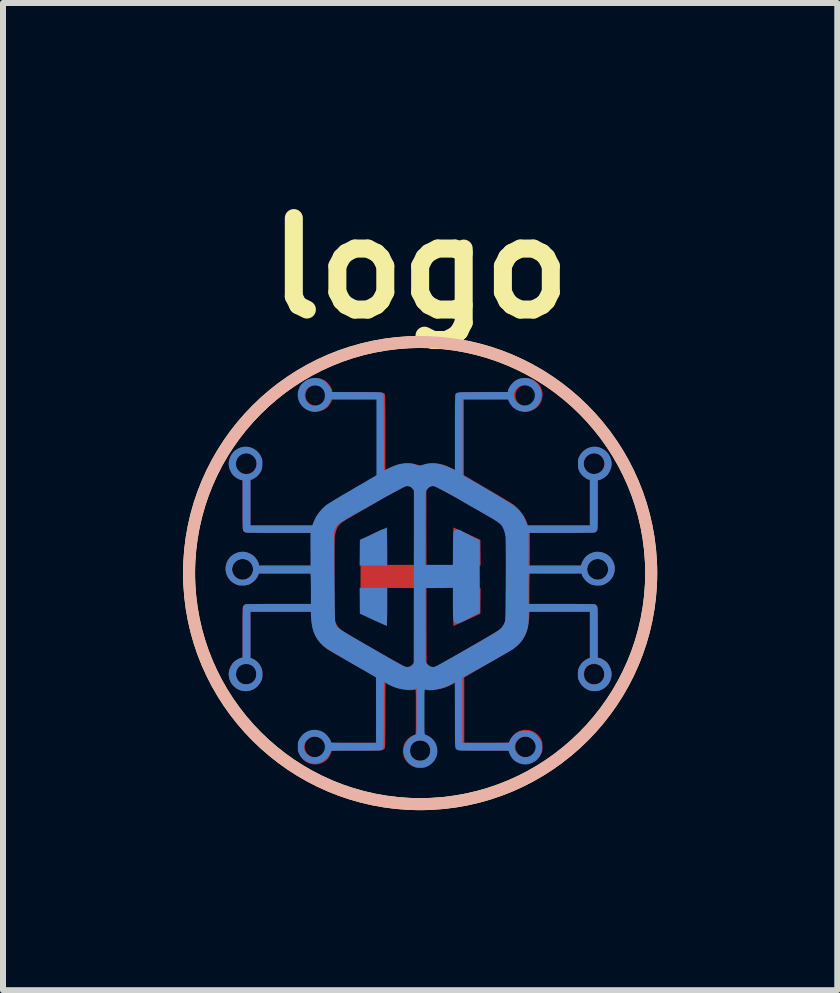
<source format=kicad_pcb>
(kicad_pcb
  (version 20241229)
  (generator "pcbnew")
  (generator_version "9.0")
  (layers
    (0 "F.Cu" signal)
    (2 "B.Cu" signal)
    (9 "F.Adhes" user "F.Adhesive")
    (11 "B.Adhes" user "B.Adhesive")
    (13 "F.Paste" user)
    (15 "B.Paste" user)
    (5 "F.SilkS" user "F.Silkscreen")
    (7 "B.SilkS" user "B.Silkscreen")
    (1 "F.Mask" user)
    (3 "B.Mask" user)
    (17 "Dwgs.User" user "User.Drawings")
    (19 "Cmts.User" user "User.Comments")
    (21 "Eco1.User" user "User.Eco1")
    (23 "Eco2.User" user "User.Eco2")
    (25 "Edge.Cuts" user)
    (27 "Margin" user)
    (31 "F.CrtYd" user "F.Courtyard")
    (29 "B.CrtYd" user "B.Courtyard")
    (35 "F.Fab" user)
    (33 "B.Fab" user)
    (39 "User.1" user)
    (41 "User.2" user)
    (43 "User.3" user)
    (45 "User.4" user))
  (footprint "logo"
    (layer "F.Cu")
    (at 3.95 6.498)
    (property "Reference" "logo" (at 0 -5.08 0) (layer "F.SilkS") (effects (font (size 1.524 1.524) (thickness 0.3))))
    (attr board_only exclude_from_pos_files exclude_from_bom)
    (fp_poly (pts (xy 0.629 -0.725) (xy 0.657 -0.712) (xy 0.695 -0.695) (xy 0.738 -0.675) (xy 0.785 -0.654) (xy 0.832 -0.632) (xy 0.855 -0.622) (xy 1.004 -0.554) (xy 1.008 -0.124) (xy 0.553 -0.124) (xy 0.553 -0.76)) (stroke (width 0) (type solid)) (fill yes) (layer "F.Cu"))
    (fp_poly (pts (xy 1.004 0.677) (xy 0.852 0.747) (xy 0.805 0.768) (xy 0.758 0.79) (xy 0.713 0.81) (xy 0.673 0.829) (xy 0.64 0.843) (xy 0.626 0.85) (xy 0.553 0.883) (xy 0.553 0.247) (xy 1.008 0.247)) (stroke (width 0) (type solid)) (fill yes) (layer "F.Cu"))
    (fp_poly (pts (xy 1.815 -3.245) (xy 1.867 -3.229) (xy 1.874 -3.226) (xy 1.915 -3.202) (xy 1.953 -3.171) (xy 1.986 -3.137) (xy 2.004 -3.109) (xy 2.028 -3.053) (xy 2.039 -2.997) (xy 2.039 -2.941) (xy 2.028 -2.888) (xy 2.007 -2.837) (xy 1.977 -2.792) (xy 1.938 -2.753) (xy 1.891 -2.722) (xy 1.837 -2.699) (xy 1.798 -2.69) (xy 1.744 -2.687) (xy 1.69 -2.696) (xy 1.637 -2.715) (xy 1.588 -2.743) (xy 1.569 -2.758) (xy 1.55 -2.778) (xy 1.53 -2.803) (xy 1.512 -2.83) (xy 1.499 -2.856) (xy 1.492 -2.874) (xy 1.488 -2.893) (xy 0.728 -2.893) (xy 0.728 -1.629) (xy 1.125 -1.398) (xy 1.212 -1.347) (xy 1.292 -1.301) (xy 1.362 -1.259) (xy 1.423 -1.222) (xy 1.475 -1.19) (xy 1.517 -1.164) (xy 1.549 -1.144) (xy 1.57 -1.129) (xy 1.574 -1.126) (xy 1.634 -1.07) (xy 1.689 -1.005) (xy 1.736 -0.933) (xy 1.773 -0.858) (xy 1.78 -0.84) (xy 1.798 -0.793) (xy 2.313 -0.793) (xy 2.828 -0.793) (xy 2.828 -1.553) (xy 2.81 -1.557) (xy 2.787 -1.565) (xy 2.76 -1.581) (xy 2.732 -1.602) (xy 2.706 -1.624) (xy 2.686 -1.647) (xy 2.685 -1.647) (xy 2.662 -1.68) (xy 2.647 -1.708) (xy 2.637 -1.737) (xy 2.632 -1.77) (xy 2.63 -1.812) (xy 2.63 -1.82) (xy 2.724 -1.82) (xy 2.73 -1.774) (xy 2.746 -1.732) (xy 2.772 -1.698) (xy 2.805 -1.671) (xy 2.844 -1.654) (xy 2.888 -1.647) (xy 2.934 -1.651) (xy 2.949 -1.654) (xy 2.987 -1.672) (xy 3.021 -1.7) (xy 3.048 -1.736) (xy 3.052 -1.744) (xy 3.066 -1.786) (xy 3.069 -1.829) (xy 3.061 -1.87) (xy 3.044 -1.909) (xy 3.019 -1.942) (xy 2.986 -1.969) (xy 2.948 -1.988) (xy 2.904 -1.996) (xy 2.896 -1.996) (xy 2.852 -1.99) (xy 2.811 -1.973) (xy 2.777 -1.946) (xy 2.749 -1.912) (xy 2.731 -1.871) (xy 2.724 -1.826) (xy 2.724 -1.82) (xy 2.63 -1.82) (xy 2.63 -1.821) (xy 2.63 -1.853) (xy 2.631 -1.877) (xy 2.633 -1.894) (xy 2.638 -1.91) (xy 2.646 -1.928) (xy 2.654 -1.945) (xy 2.686 -1.996) (xy 2.725 -2.037) (xy 2.771 -2.069) (xy 2.82 -2.091) (xy 2.873 -2.103) (xy 2.927 -2.104) (xy 2.981 -2.095) (xy 3.033 -2.074) (xy 3.082 -2.043) (xy 3.107 -2.021) (xy 3.142 -1.977) (xy 3.168 -1.927) (xy 3.184 -1.873) (xy 3.19 -1.818) (xy 3.186 -1.78) (xy 3.174 -1.733) (xy 3.153 -1.687) (xy 3.127 -1.645) (xy 3.1 -1.616) (xy 3.077 -1.598) (xy 3.05 -1.58) (xy 3.022 -1.565) (xy 2.996 -1.553) (xy 2.976 -1.548) (xy 2.972 -1.547) (xy 2.958 -1.547) (xy 2.958 -1.139) (xy 2.958 -1.056) (xy 2.958 -0.984) (xy 2.958 -0.924) (xy 2.957 -0.874) (xy 2.957 -0.832) (xy 2.956 -0.799) (xy 2.956 -0.773) (xy 2.955 -0.752) (xy 2.953 -0.737) (xy 2.952 -0.726) (xy 2.95 -0.718) (xy 2.948 -0.711) (xy 2.947 -0.709) (xy 2.93 -0.687) (xy 2.913 -0.678) (xy 2.904 -0.677) (xy 2.889 -0.675) (xy 2.866 -0.674) (xy 2.835 -0.673) (xy 2.794 -0.672) (xy 2.744 -0.672) (xy 2.684 -0.671) (xy 2.613 -0.671) (xy 2.531 -0.67) (xy 2.437 -0.67) (xy 2.359 -0.67) (xy 1.828 -0.67) (xy 1.827 -0.397) (xy 1.826 -0.124) (xy 2.685 -0.124) (xy 2.685 -0.139) (xy 2.689 -0.157) (xy 2.699 -0.182) (xy 2.714 -0.21) (xy 2.732 -0.238) (xy 2.751 -0.263) (xy 2.754 -0.266) (xy 2.787 -0.295) (xy 2.828 -0.321) (xy 2.874 -0.34) (xy 2.917 -0.352) (xy 2.971 -0.355) (xy 3.026 -0.346) (xy 3.079 -0.327) (xy 3.128 -0.298) (xy 3.159 -0.272) (xy 3.196 -0.226) (xy 3.222 -0.176) (xy 3.238 -0.123) (xy 3.242 -0.068) (xy 3.236 -0.015) (xy 3.22 0.037) (xy 3.193 0.085) (xy 3.157 0.128) (xy 3.112 0.164) (xy 3.083 0.18) (xy 3.058 0.192) (xy 3.038 0.199) (xy 3.017 0.204) (xy 2.991 0.206) (xy 2.972 0.207) (xy 2.92 0.206) (xy 2.875 0.197) (xy 2.834 0.181) (xy 2.796 0.158) (xy 2.768 0.135) (xy 2.741 0.105) (xy 2.718 0.074) (xy 2.701 0.044) (xy 2.697 0.032) (xy 2.689 0.007) (xy 1.829 0.007) (xy 1.825 0.041) (xy 1.824 0.055) (xy 1.823 0.081) (xy 1.822 0.116) (xy 1.821 0.159) (xy 1.821 0.208) (xy 1.82 0.26) (xy 1.82 0.294) (xy 1.82 0.514) (xy 2.355 0.514) (xy 2.459 0.514) (xy 2.55 0.514) (xy 2.63 0.515) (xy 2.698 0.515) (xy 2.756 0.516) (xy 2.804 0.516) (xy 2.842 0.517) (xy 2.872 0.518) (xy 2.893 0.52) (xy 2.907 0.521) (xy 2.913 0.522) (xy 2.935 0.536) (xy 2.947 0.553) (xy 2.949 0.558) (xy 2.951 0.565) (xy 2.953 0.574) (xy 2.954 0.587) (xy 2.955 0.604) (xy 2.956 0.627) (xy 2.957 0.656) (xy 2.957 0.693) (xy 2.958 0.737) (xy 2.958 0.792) (xy 2.958 0.856) (xy 2.958 0.932) (xy 2.958 0.993) (xy 2.958 1.411) (xy 2.973 1.411) (xy 2.992 1.415) (xy 3.016 1.425) (xy 3.045 1.44) (xy 3.073 1.458) (xy 3.098 1.477) (xy 3.101 1.48) (xy 3.13 1.513) (xy 3.155 1.554) (xy 3.175 1.6) (xy 3.186 1.643) (xy 3.189 1.697) (xy 3.181 1.753) (xy 3.161 1.806) (xy 3.132 1.855) (xy 3.106 1.884) (xy 3.06 1.922) (xy 3.01 1.948) (xy 2.957 1.963) (xy 2.903 1.968) (xy 2.849 1.962) (xy 2.798 1.946) (xy 2.75 1.919) (xy 2.707 1.883) (xy 2.671 1.838) (xy 2.654 1.809) (xy 2.643 1.784) (xy 2.635 1.764) (xy 2.631 1.743) (xy 2.629 1.717) (xy 2.628 1.698) (xy 2.628 1.684) (xy 2.731 1.684) (xy 2.736 1.732) (xy 2.753 1.773) (xy 2.781 1.807) (xy 2.819 1.834) (xy 2.823 1.836) (xy 2.86 1.849) (xy 2.901 1.853) (xy 2.941 1.849) (xy 2.968 1.841) (xy 3.009 1.816) (xy 3.039 1.783) (xy 3.059 1.743) (xy 3.068 1.697) (xy 3.068 1.684) (xy 3.062 1.636) (xy 3.046 1.595) (xy 3.02 1.561) (xy 2.985 1.535) (xy 2.943 1.52) (xy 2.9 1.515) (xy 2.852 1.521) (xy 2.811 1.537) (xy 2.777 1.564) (xy 2.751 1.598) (xy 2.736 1.64) (xy 2.731 1.684) (xy 2.628 1.684) (xy 2.629 1.646) (xy 2.637 1.601) (xy 2.654 1.559) (xy 2.677 1.522) (xy 2.7 1.494) (xy 2.729 1.467) (xy 2.761 1.444) (xy 2.791 1.427) (xy 2.803 1.423) (xy 2.828 1.415) (xy 2.828 0.644) (xy 1.822 0.644) (xy 1.818 0.733) (xy 1.81 0.827) (xy 1.795 0.91) (xy 1.773 0.985) (xy 1.743 1.052) (xy 1.706 1.112) (xy 1.659 1.168) (xy 1.651 1.177) (xy 1.638 1.19) (xy 1.626 1.201) (xy 1.613 1.213) (xy 1.598 1.225) (xy 1.581 1.238) (xy 1.561 1.252) (xy 1.537 1.268) (xy 1.508 1.286) (xy 1.473 1.308) (xy 1.432 1.332) (xy 1.384 1.361) (xy 1.328 1.394) (xy 1.262 1.432) (xy 1.187 1.476) (xy 1.11 1.521) (xy 0.735 1.739) (xy 0.735 2.284) (xy 0.735 2.828) (xy 1.112 2.828) (xy 1.192 2.828) (xy 1.26 2.828) (xy 1.317 2.828) (xy 1.363 2.827) (xy 1.401 2.827) (xy 1.43 2.826) (xy 1.453 2.825) (xy 1.468 2.824) (xy 1.479 2.823) (xy 1.485 2.821) (xy 1.488 2.819) (xy 1.489 2.818) (xy 1.494 2.796) (xy 1.506 2.769) (xy 1.526 2.739) (xy 1.549 2.709) (xy 1.575 2.682) (xy 1.601 2.66) (xy 1.603 2.659) (xy 1.654 2.631) (xy 1.707 2.616) (xy 1.762 2.611) (xy 1.817 2.617) (xy 1.869 2.633) (xy 1.918 2.66) (xy 1.961 2.695) (xy 1.997 2.739) (xy 2.017 2.774) (xy 2.026 2.794) (xy 2.032 2.811) (xy 2.036 2.828) (xy 2.038 2.849) (xy 2.038 2.877) (xy 2.038 2.893) (xy 2.038 2.926) (xy 2.037 2.95) (xy 2.034 2.968) (xy 2.029 2.984) (xy 2.022 3.002) (xy 2.017 3.012) (xy 1.987 3.062) (xy 1.948 3.104) (xy 1.904 3.136) (xy 1.854 3.159) (xy 1.802 3.171) (xy 1.748 3.174) (xy 1.695 3.167) (xy 1.643 3.149) (xy 1.594 3.12) (xy 1.551 3.081) (xy 1.549 3.078) (xy 1.532 3.057) (xy 1.515 3.031) (xy 1.501 3.005) (xy 1.492 2.983) (xy 1.489 2.968) (xy 1.488 2.966) (xy 1.484 2.964) (xy 1.477 2.963) (xy 1.465 2.962) (xy 1.448 2.961) (xy 1.425 2.96) (xy 1.394 2.959) (xy 1.355 2.959) (xy 1.308 2.958) (xy 1.25 2.958) (xy 1.181 2.958) (xy 1.1 2.958) (xy 1.078 2.958) (xy 0.994 2.958) (xy 0.922 2.958) (xy 0.861 2.958) (xy 0.811 2.957) (xy 0.769 2.957) (xy 0.735 2.956) (xy 0.709 2.956) (xy 0.688 2.955) (xy 0.673 2.953) (xy 0.661 2.952) (xy 0.653 2.95) (xy 0.647 2.948) (xy 0.644 2.947) (xy 0.622 2.93) (xy 0.613 2.913) (xy 0.612 2.904) (xy 0.611 2.896) (xy 1.586 2.896) (xy 1.592 2.941) (xy 1.61 2.981) (xy 1.636 3.016) (xy 1.671 3.043) (xy 1.711 3.061) (xy 1.756 3.068) (xy 1.762 3.069) (xy 1.793 3.067) (xy 1.819 3.06) (xy 1.839 3.052) (xy 1.876 3.026) (xy 1.906 2.993) (xy 1.927 2.953) (xy 1.937 2.91) (xy 1.937 2.896) (xy 1.931 2.853) (xy 1.914 2.812) (xy 1.886 2.776) (xy 1.851 2.748) (xy 1.839 2.741) (xy 1.796 2.726) (xy 1.753 2.724) (xy 1.712 2.731) (xy 1.673 2.748) (xy 1.64 2.774) (xy 1.613 2.806) (xy 1.594 2.845) (xy 1.586 2.888) (xy 1.586 2.896) (xy 0.611 2.896) (xy 0.61 2.889) (xy 0.609 2.866) (xy 0.608 2.835) (xy 0.607 2.795) (xy 0.607 2.745) (xy 0.606 2.685) (xy 0.606 2.615) (xy 0.605 2.533) (xy 0.605 2.439) (xy 0.605 2.352) (xy 0.605 2.269) (xy 0.605 2.191) (xy 0.604 2.117) (xy 0.604 2.049) (xy 0.604 1.988) (xy 0.603 1.934) (xy 0.603 1.889) (xy 0.602 1.854) (xy 0.602 1.829) (xy 0.601 1.816) (xy 0.601 1.814) (xy 0.594 1.817) (xy 0.58 1.826) (xy 0.568 1.834) (xy 0.535 1.854) (xy 0.493 1.875) (xy 0.448 1.895) (xy 0.405 1.911) (xy 0.384 1.917) (xy 0.337 1.928) (xy 0.286 1.936) (xy 0.234 1.941) (xy 0.185 1.942) (xy 0.143 1.94) (xy 0.136 1.939) (xy 0.11 1.935) (xy 0.088 1.931) (xy 0.074 1.927) (xy 0.073 1.927) (xy 0.059 1.923) (xy 0.059 2.307) (xy 0.059 2.388) (xy 0.059 2.457) (xy 0.059 2.514) (xy 0.059 2.562) (xy 0.06 2.6) (xy 0.06 2.63) (xy 0.061 2.653) (xy 0.062 2.67) (xy 0.063 2.681) (xy 0.065 2.688) (xy 0.067 2.691) (xy 0.069 2.691) (xy 0.085 2.695) (xy 0.108 2.705) (xy 0.134 2.719) (xy 0.159 2.736) (xy 0.179 2.751) (xy 0.208 2.782) (xy 0.235 2.818) (xy 0.255 2.855) (xy 0.259 2.867) (xy 0.273 2.924) (xy 0.275 2.982) (xy 0.265 3.038) (xy 0.244 3.09) (xy 0.214 3.138) (xy 0.174 3.18) (xy 0.126 3.213) (xy 0.112 3.22) (xy 0.09 3.23) (xy 0.07 3.236) (xy 0.049 3.24) (xy 0.022 3.242) (xy 0.003 3.242) (xy -0.037 3.242) (xy -0.069 3.239) (xy -0.088 3.235) (xy -0.142 3.211) (xy -0.189 3.178) (xy -0.229 3.136) (xy -0.259 3.089) (xy -0.279 3.036) (xy -0.288 2.981) (xy -0.287 2.958) (xy -0.169 2.958) (xy -0.163 3.006) (xy -0.146 3.047) (xy -0.119 3.081) (xy -0.081 3.108) (xy -0.077 3.11) (xy -0.039 3.123) (xy 0.002 3.127) (xy 0.042 3.123) (xy 0.068 3.115) (xy 0.109 3.09) (xy 0.14 3.057) (xy 0.16 3.017) (xy 0.169 2.971) (xy 0.169 2.958) (xy 0.163 2.911) (xy 0.146 2.869) (xy 0.12 2.835) (xy 0.085 2.81) (xy 0.044 2.794) (xy 0 2.789) (xy -0.047 2.795) (xy -0.089 2.811) (xy -0.123 2.838) (xy -0.148 2.872) (xy -0.164 2.914) (xy -0.169 2.958) (xy -0.287 2.958) (xy -0.286 2.928) (xy -0.273 2.87) (xy -0.25 2.819) (xy -0.216 2.775) (xy -0.191 2.751) (xy -0.17 2.734) (xy -0.144 2.718) (xy -0.118 2.704) (xy -0.096 2.695) (xy -0.082 2.691) (xy -0.08 2.69) (xy -0.078 2.687) (xy -0.076 2.679) (xy -0.075 2.667) (xy -0.074 2.65) (xy -0.073 2.626) (xy -0.072 2.594) (xy -0.072 2.554) (xy -0.072 2.505) (xy -0.072 2.445) (xy -0.072 2.374) (xy -0.072 2.314) (xy -0.072 2.234) (xy -0.072 2.167) (xy -0.072 2.11) (xy -0.072 2.064) (xy -0.072 2.026) (xy -0.073 1.997) (xy -0.074 1.975) (xy -0.075 1.96) (xy -0.076 1.949) (xy -0.078 1.943) (xy -0.079 1.941) (xy -0.082 1.94) (xy -0.083 1.941) (xy -0.115 1.949) (xy -0.155 1.952) (xy -0.206 1.95) (xy -0.208 1.95) (xy -0.302 1.935) (xy -0.396 1.907) (xy -0.486 1.869) (xy -0.525 1.848) (xy -0.547 1.836) (xy -0.565 1.826) (xy -0.575 1.821) (xy -0.576 1.82) (xy -0.577 1.827) (xy -0.577 1.845) (xy -0.577 1.875) (xy -0.578 1.914) (xy -0.578 1.963) (xy -0.578 2.02) (xy -0.578 2.084) (xy -0.579 2.155) (xy -0.579 2.23) (xy -0.579 2.31) (xy -0.579 2.355) (xy -0.579 2.459) (xy -0.579 2.55) (xy -0.58 2.63) (xy -0.58 2.698) (xy -0.581 2.756) (xy -0.581 2.804) (xy -0.582 2.842) (xy -0.583 2.872) (xy -0.585 2.893) (xy -0.586 2.907) (xy -0.587 2.913) (xy -0.601 2.935) (xy -0.618 2.947) (xy -0.623 2.949) (xy -0.63 2.951) (xy -0.639 2.953) (xy -0.652 2.954) (xy -0.669 2.955) (xy -0.692 2.956) (xy -0.721 2.957) (xy -0.758 2.957) (xy -0.803 2.958) (xy -0.857 2.958) (xy -0.922 2.958) (xy -0.998 2.958) (xy -1.057 2.958) (xy -1.473 2.958) (xy -1.482 2.99) (xy -1.494 3.023) (xy -1.514 3.059) (xy -1.538 3.093) (xy -1.564 3.12) (xy -1.597 3.143) (xy -1.638 3.164) (xy -1.681 3.18) (xy -1.709 3.186) (xy -1.762 3.189) (xy -1.816 3.181) (xy -1.869 3.162) (xy -1.918 3.134) (xy -1.949 3.107) (xy -1.987 3.061) (xy -2.013 3.01) (xy -2.029 2.957) (xy -2.033 2.903) (xy -2.032 2.896) (xy -1.924 2.896) (xy -1.918 2.941) (xy -1.901 2.981) (xy -1.874 3.016) (xy -1.84 3.043) (xy -1.799 3.061) (xy -1.754 3.068) (xy -1.749 3.069) (xy -1.718 3.067) (xy -1.692 3.06) (xy -1.672 3.052) (xy -1.635 3.026) (xy -1.605 2.993) (xy -1.584 2.953) (xy -1.574 2.91) (xy -1.573 2.896) (xy -1.579 2.853) (xy -1.597 2.812) (xy -1.624 2.776) (xy -1.659 2.748) (xy -1.672 2.741) (xy -1.714 2.726) (xy -1.757 2.724) (xy -1.799 2.731) (xy -1.837 2.748) (xy -1.871 2.774) (xy -1.898 2.806) (xy -1.916 2.845) (xy -1.924 2.888) (xy -1.924 2.896) (xy -2.032 2.896) (xy -2.027 2.849) (xy -2.011 2.797) (xy -1.984 2.749) (xy -1.948 2.707) (xy -1.903 2.67) (xy -1.874 2.654) (xy -1.852 2.644) (xy -1.835 2.637) (xy -1.819 2.633) (xy -1.8 2.631) (xy -1.775 2.63) (xy -1.749 2.63) (xy -1.706 2.631) (xy -1.671 2.636) (xy -1.642 2.644) (xy -1.614 2.659) (xy -1.582 2.68) (xy -1.576 2.685) (xy -1.554 2.705) (xy -1.531 2.731) (xy -1.51 2.759) (xy -1.494 2.787) (xy -1.485 2.809) (xy -1.485 2.81) (xy -1.481 2.828) (xy -0.702 2.828) (xy -0.702 2.287) (xy -0.702 1.746) (xy -1.1 1.525) (xy -1.168 1.487) (xy -1.234 1.45) (xy -1.297 1.414) (xy -1.355 1.381) (xy -1.408 1.351) (xy -1.455 1.324) (xy -1.494 1.301) (xy -1.524 1.283) (xy -1.545 1.27) (xy -1.552 1.265) (xy -1.621 1.209) (xy -1.68 1.146) (xy -1.727 1.078) (xy -1.763 1.002) (xy -1.789 0.919) (xy -1.804 0.829) (xy -1.809 0.733) (xy -1.808 0.644) (xy -2.828 0.644) (xy -2.828 1.415) (xy -2.803 1.423) (xy -2.774 1.435) (xy -2.743 1.456) (xy -2.712 1.482) (xy -2.686 1.51) (xy -2.677 1.522) (xy -2.651 1.564) (xy -2.636 1.606) (xy -2.628 1.651) (xy -2.628 1.698) (xy -2.629 1.729) (xy -2.632 1.752) (xy -2.638 1.772) (xy -2.647 1.793) (xy -2.654 1.809) (xy -2.686 1.86) (xy -2.725 1.901) (xy -2.771 1.932) (xy -2.821 1.954) (xy -2.873 1.966) (xy -2.928 1.967) (xy -2.981 1.958) (xy -3.034 1.938) (xy -3.082 1.906) (xy -3.107 1.884) (xy -3.142 1.841) (xy -3.168 1.79) (xy -3.184 1.737) (xy -3.19 1.682) (xy -3.189 1.668) (xy -3.068 1.668) (xy -3.068 1.711) (xy -3.055 1.753) (xy -3.052 1.761) (xy -3.025 1.8) (xy -2.991 1.83) (xy -2.951 1.849) (xy -2.907 1.858) (xy -2.86 1.854) (xy -2.844 1.85) (xy -2.803 1.832) (xy -2.771 1.805) (xy -2.747 1.771) (xy -2.731 1.733) (xy -2.724 1.692) (xy -2.727 1.651) (xy -2.739 1.611) (xy -2.762 1.574) (xy -2.784 1.55) (xy -2.815 1.53) (xy -2.852 1.516) (xy -2.888 1.509) (xy -2.896 1.508) (xy -2.94 1.514) (xy -2.98 1.531) (xy -3.014 1.556) (xy -3.04 1.589) (xy -3.059 1.627) (xy -3.068 1.668) (xy -3.189 1.668) (xy -3.186 1.643) (xy -3.176 1.605) (xy -3.16 1.566) (xy -3.14 1.528) (xy -3.119 1.497) (xy -3.11 1.488) (xy -3.083 1.465) (xy -3.053 1.445) (xy -3.022 1.428) (xy -2.994 1.416) (xy -2.984 1.414) (xy -2.958 1.41) (xy -2.958 0.992) (xy -2.958 0.908) (xy -2.958 0.836) (xy -2.958 0.774) (xy -2.957 0.723) (xy -2.957 0.681) (xy -2.956 0.647) (xy -2.956 0.619) (xy -2.955 0.599) (xy -2.954 0.583) (xy -2.952 0.571) (xy -2.95 0.563) (xy -2.948 0.556) (xy -2.947 0.553) (xy -2.93 0.531) (xy -2.913 0.522) (xy -2.904 0.521) (xy -2.889 0.519) (xy -2.866 0.518) (xy -2.835 0.517) (xy -2.795 0.516) (xy -2.745 0.516) (xy -2.686 0.515) (xy -2.615 0.515) (xy -2.533 0.514) (xy -2.44 0.514) (xy -2.349 0.514) (xy -1.807 0.514) (xy -1.807 0.068) (xy -1.428 0.068) (xy -1.428 0.117) (xy -1.428 0.224) (xy -1.427 0.318) (xy -1.427 0.401) (xy -1.427 0.473) (xy -1.427 0.535) (xy -1.427 0.589) (xy -1.426 0.634) (xy -1.426 0.672) (xy -1.425 0.703) (xy -1.424 0.728) (xy -1.423 0.748) (xy -1.422 0.763) (xy -1.421 0.775) (xy -1.42 0.785) (xy -1.418 0.792) (xy -1.416 0.799) (xy -1.414 0.805) (xy -1.413 0.807) (xy -1.389 0.861) (xy -1.36 0.905) (xy -1.324 0.941) (xy -1.297 0.962) (xy -1.28 0.973) (xy -1.254 0.989) (xy -1.218 1.01) (xy -1.176 1.036) (xy -1.126 1.065) (xy -1.071 1.097) (xy -1.011 1.132) (xy -0.948 1.168) (xy -0.881 1.206) (xy -0.814 1.245) (xy -0.746 1.284) (xy -0.678 1.323) (xy -0.612 1.36) (xy -0.548 1.396) (xy -0.488 1.43) (xy -0.432 1.461) (xy -0.382 1.489) (xy -0.339 1.513) (xy -0.303 1.533) (xy -0.276 1.547) (xy -0.258 1.556) (xy -0.254 1.558) (xy -0.218 1.566) (xy -0.184 1.562) (xy -0.166 1.555) (xy -0.133 1.533) (xy -0.108 1.502) (xy -0.096 1.478) (xy -0.095 1.471) (xy -0.094 1.46) (xy -0.092 1.444) (xy -0.091 1.423) (xy -0.091 1.394) (xy -0.09 1.359) (xy -0.089 1.316) (xy -0.089 1.263) (xy -0.088 1.202) (xy -0.088 1.13) (xy -0.088 1.048) (xy -0.088 0.954) (xy -0.088 0.852) (xy -0.088 0.25) (xy -0.317 0.249) (xy -0.546 0.247) (xy -0.546 0.505) (xy -0.546 0.563) (xy -0.547 0.618) (xy -0.548 0.668) (xy -0.548 0.711) (xy -0.55 0.747) (xy -0.551 0.773) (xy -0.552 0.788) (xy -0.552 0.79) (xy -0.563 0.816) (xy -0.581 0.832) (xy -0.608 0.838) (xy -0.615 0.839) (xy -0.627 0.838) (xy -0.638 0.837) (xy -0.65 0.834) (xy -0.665 0.829) (xy -0.683 0.821) (xy -0.707 0.809) (xy -0.738 0.793) (xy -0.777 0.773) (xy -0.825 0.747) (xy -0.844 0.737) (xy -0.995 0.655) (xy -0.991 -0.54) (xy -0.832 -0.627) (xy -0.789 -0.651) (xy -0.748 -0.672) (xy -0.711 -0.691) (xy -0.68 -0.706) (xy -0.656 -0.717) (xy -0.642 -0.723) (xy -0.642 -0.723) (xy -0.611 -0.727) (xy -0.587 -0.721) (xy -0.566 -0.704) (xy -0.563 -0.7) (xy -0.56 -0.695) (xy -0.557 -0.69) (xy -0.555 -0.682) (xy -0.553 -0.671) (xy -0.551 -0.656) (xy -0.55 -0.635) (xy -0.55 -0.607) (xy -0.549 -0.571) (xy -0.548 -0.526) (xy -0.548 -0.47) (xy -0.547 -0.409) (xy -0.545 -0.137) (xy -0.084 -0.137) (xy -0.086 -0.74) (xy -0.086 -0.842) (xy -0.087 -0.932) (xy -0.087 -1.01) (xy -0.087 -1.078) (xy -0.088 -1.136) (xy -0.088 -1.186) (xy -0.088 -1.227) (xy -0.089 -1.261) (xy -0.09 -1.289) (xy -0.091 -1.311) (xy -0.092 -1.328) (xy -0.093 -1.341) (xy -0.094 -1.351) (xy -0.096 -1.358) (xy -0.098 -1.364) (xy -0.1 -1.369) (xy -0.101 -1.372) (xy -0.104 -1.376) (xy 0.104 -1.376) (xy 0.107 1.499) (xy 0.122 1.52) (xy 0.148 1.546) (xy 0.179 1.561) (xy 0.217 1.565) (xy 0.224 1.565) (xy 0.231 1.565) (xy 0.238 1.564) (xy 0.245 1.562) (xy 0.255 1.559) (xy 0.266 1.554) (xy 0.28 1.548) (xy 0.298 1.539) (xy 0.32 1.527) (xy 0.348 1.512) (xy 0.381 1.494) (xy 0.421 1.471) (xy 0.468 1.444) (xy 0.523 1.413) (xy 0.586 1.376) (xy 0.659 1.334) (xy 0.742 1.286) (xy 0.796 1.255) (xy 0.89 1.201) (xy 0.974 1.152) (xy 1.047 1.11) (xy 1.112 1.072) (xy 1.167 1.039) (xy 1.215 1.011) (xy 1.255 0.986) (xy 1.289 0.965) (xy 1.317 0.946) (xy 1.34 0.93) (xy 1.358 0.917) (xy 1.372 0.905) (xy 1.382 0.894) (xy 1.39 0.883) (xy 1.397 0.873) (xy 1.402 0.863) (xy 1.406 0.853) (xy 1.407 0.848) (xy 1.41 0.84) (xy 1.412 0.83) (xy 1.414 0.818) (xy 1.416 0.802) (xy 1.417 0.78) (xy 1.418 0.753) (xy 1.42 0.719) (xy 1.421 0.676) (xy 1.422 0.624) (xy 1.423 0.562) (xy 1.424 0.488) (xy 1.424 0.462) (xy 1.425 0.384) (xy 1.426 0.297) (xy 1.427 0.202) (xy 1.428 0.103) (xy 1.429 0.003) (xy 1.429 -0.062) (xy 2.782 -0.062) (xy 2.789 -0.017) (xy 2.806 0.023) (xy 2.832 0.058) (xy 2.867 0.085) (xy 2.907 0.103) (xy 2.952 0.11) (xy 2.958 0.111) (xy 2.989 0.109) (xy 3.015 0.102) (xy 3.035 0.094) (xy 3.072 0.068) (xy 3.102 0.035) (xy 3.123 -0.005) (xy 3.133 -0.048) (xy 3.134 -0.062) (xy 3.127 -0.105) (xy 3.11 -0.146) (xy 3.083 -0.182) (xy 3.048 -0.21) (xy 3.035 -0.217) (xy 2.992 -0.232) (xy 2.95 -0.235) (xy 2.908 -0.227) (xy 2.869 -0.21) (xy 2.836 -0.184) (xy 2.809 -0.152) (xy 2.791 -0.113) (xy 2.783 -0.07) (xy 2.782 -0.062) (xy 1.429 -0.062) (xy 1.43 -0.096) (xy 1.43 -0.191) (xy 1.431 -0.279) (xy 1.431 -0.296) (xy 1.433 -0.699) (xy 1.413 -0.743) (xy 1.407 -0.755) (xy 1.401 -0.767) (xy 1.394 -0.778) (xy 1.386 -0.789) (xy 1.376 -0.8) (xy 1.364 -0.811) (xy 1.348 -0.824) (xy 1.329 -0.838) (xy 1.304 -0.855) (xy 1.274 -0.873) (xy 1.238 -0.895) (xy 1.196 -0.92) (xy 1.145 -0.949) (xy 1.087 -0.982) (xy 1.02 -1.02) (xy 0.943 -1.062) (xy 0.857 -1.111) (xy 0.788 -1.149) (xy 0.698 -1.199) (xy 0.618 -1.244) (xy 0.549 -1.283) (xy 0.488 -1.316) (xy 0.436 -1.345) (xy 0.392 -1.369) (xy 0.354 -1.39) (xy 0.323 -1.406) (xy 0.298 -1.419) (xy 0.278 -1.43) (xy 0.261 -1.437) (xy 0.248 -1.443) (xy 0.238 -1.446) (xy 0.23 -1.448) (xy 0.223 -1.449) (xy 0.217 -1.45) (xy 0.213 -1.45) (xy 0.177 -1.445) (xy 0.146 -1.429) (xy 0.121 -1.401) (xy 0.119 -1.398) (xy 0.104 -1.376) (xy -0.104 -1.376) (xy -0.124 -1.407) (xy -0.153 -1.432) (xy -0.188 -1.447) (xy -0.227 -1.449) (xy -0.233 -1.448) (xy -0.243 -1.444) (xy -0.263 -1.435) (xy -0.291 -1.421) (xy -0.326 -1.404) (xy -0.366 -1.383) (xy -0.409 -1.361) (xy -0.454 -1.337) (xy -0.499 -1.313) (xy -0.543 -1.289) (xy -0.584 -1.266) (xy -0.621 -1.246) (xy -0.651 -1.229) (xy -0.674 -1.215) (xy -0.687 -1.206) (xy -0.689 -1.205) (xy -0.697 -1.2) (xy -0.714 -1.189) (xy -0.741 -1.173) (xy -0.776 -1.153) (xy -0.817 -1.129) (xy -0.865 -1.101) (xy -0.917 -1.071) (xy -0.974 -1.039) (xy -0.998 -1.025) (xy -1.068 -0.985) (xy -1.129 -0.95) (xy -1.18 -0.92) (xy -1.222 -0.895) (xy -1.257 -0.873) (xy -1.285 -0.855) (xy -1.308 -0.838) (xy -1.326 -0.824) (xy -1.341 -0.81) (xy -1.352 -0.797) (xy -1.362 -0.784) (xy -1.371 -0.77) (xy -1.373 -0.766) (xy -1.395 -0.72) (xy -1.411 -0.665) (xy -1.422 -0.606) (xy -1.423 -0.594) (xy -1.424 -0.58) (xy -1.424 -0.553) (xy -1.425 -0.515) (xy -1.426 -0.468) (xy -1.426 -0.411) (xy -1.427 -0.346) (xy -1.427 -0.273) (xy -1.427 -0.195) (xy -1.428 -0.111) (xy -1.428 -0.024) (xy -1.428 0.068) (xy -1.807 0.068) (xy -1.807 0.007) (xy -2.69 0.007) (xy -2.694 0.025) (xy -2.703 0.047) (xy -2.719 0.074) (xy -2.74 0.103) (xy -2.762 0.129) (xy -2.784 0.149) (xy -2.785 0.149) (xy -2.817 0.172) (xy -2.846 0.188) (xy -2.875 0.198) (xy -2.908 0.203) (xy -2.949 0.205) (xy -2.958 0.205) (xy -2.991 0.205) (xy -3.014 0.204) (xy -3.032 0.201) (xy -3.048 0.196) (xy -3.066 0.189) (xy -3.083 0.18) (xy -3.134 0.149) (xy -3.175 0.109) (xy -3.207 0.064) (xy -3.228 0.014) (xy -3.24 -0.039) (xy -3.241 -0.062) (xy -3.134 -0.062) (xy -3.127 -0.017) (xy -3.11 0.023) (xy -3.084 0.058) (xy -3.049 0.085) (xy -3.009 0.103) (xy -2.964 0.11) (xy -2.958 0.111) (xy -2.927 0.109) (xy -2.901 0.102) (xy -2.881 0.094) (xy -2.844 0.068) (xy -2.814 0.035) (xy -2.793 -0.005) (xy -2.783 -0.048) (xy -2.782 -0.062) (xy -2.789 -0.105) (xy -2.806 -0.146) (xy -2.833 -0.182) (xy -2.868 -0.21) (xy -2.881 -0.217) (xy -2.924 -0.232) (xy -2.966 -0.235) (xy -3.008 -0.227) (xy -3.047 -0.21) (xy -3.08 -0.184) (xy -3.107 -0.152) (xy -3.125 -0.113) (xy -3.133 -0.07) (xy -3.134 -0.062) (xy -3.241 -0.062) (xy -3.242 -0.093) (xy -3.232 -0.147) (xy -3.212 -0.199) (xy -3.181 -0.248) (xy -3.159 -0.272) (xy -3.114 -0.308) (xy -3.064 -0.334) (xy -3.01 -0.35) (xy -2.955 -0.355) (xy -2.917 -0.352) (xy -2.875 -0.341) (xy -2.832 -0.323) (xy -2.794 -0.301) (xy -2.773 -0.285) (xy -2.747 -0.258) (xy -2.723 -0.224) (xy -2.703 -0.189) (xy -2.691 -0.156) (xy -2.683 -0.124) (xy -1.807 -0.124) (xy -1.807 -0.67) (xy -2.349 -0.67) (xy -2.453 -0.67) (xy -2.545 -0.67) (xy -2.625 -0.671) (xy -2.694 -0.671) (xy -2.753 -0.672) (xy -2.801 -0.672) (xy -2.84 -0.673) (xy -2.87 -0.674) (xy -2.892 -0.675) (xy -2.906 -0.677) (xy -2.913 -0.678) (xy -2.935 -0.692) (xy -2.947 -0.709) (xy -2.949 -0.714) (xy -2.951 -0.721) (xy -2.953 -0.73) (xy -2.954 -0.743) (xy -2.955 -0.761) (xy -2.956 -0.784) (xy -2.957 -0.813) (xy -2.957 -0.85) (xy -2.958 -0.896) (xy -2.958 -0.951) (xy -2.958 -1.016) (xy -2.958 -1.093) (xy -2.958 -1.138) (xy -2.958 -1.545) (xy -2.99 -1.553) (xy -3.023 -1.566) (xy -3.059 -1.585) (xy -3.093 -1.61) (xy -3.12 -1.635) (xy -3.143 -1.668) (xy -3.164 -1.709) (xy -3.18 -1.752) (xy -3.186 -1.78) (xy -3.189 -1.824) (xy -3.075 -1.824) (xy -3.069 -1.779) (xy -3.052 -1.739) (xy -3.025 -1.704) (xy -2.991 -1.677) (xy -2.95 -1.659) (xy -2.905 -1.651) (xy -2.9 -1.651) (xy -2.868 -1.653) (xy -2.842 -1.66) (xy -2.823 -1.668) (xy -2.785 -1.693) (xy -2.756 -1.727) (xy -2.735 -1.767) (xy -2.725 -1.809) (xy -2.724 -1.824) (xy -2.73 -1.868) (xy -2.747 -1.907) (xy -2.772 -1.941) (xy -2.805 -1.968) (xy -2.842 -1.986) (xy -2.884 -1.996) (xy -2.926 -1.995) (xy -2.969 -1.983) (xy -2.976 -1.979) (xy -3.014 -1.954) (xy -3.043 -1.92) (xy -3.064 -1.88) (xy -3.074 -1.838) (xy -3.075 -1.824) (xy -3.189 -1.824) (xy -3.19 -1.836) (xy -3.182 -1.89) (xy -3.162 -1.941) (xy -3.133 -1.988) (xy -3.096 -2.03) (xy -3.051 -2.063) (xy -3 -2.088) (xy -2.949 -2.102) (xy -2.892 -2.105) (xy -2.837 -2.096) (xy -2.784 -2.076) (xy -2.736 -2.046) (xy -2.694 -2.006) (xy -2.66 -1.958) (xy -2.651 -1.939) (xy -2.641 -1.919) (xy -2.636 -1.903) (xy -2.632 -1.886) (xy -2.63 -1.865) (xy -2.63 -1.837) (xy -2.63 -1.82) (xy -2.631 -1.777) (xy -2.636 -1.743) (xy -2.645 -1.713) (xy -2.659 -1.685) (xy -2.681 -1.653) (xy -2.685 -1.647) (xy -2.705 -1.625) (xy -2.731 -1.602) (xy -2.759 -1.582) (xy -2.787 -1.566) (xy -2.809 -1.557) (xy -2.81 -1.557) (xy -2.828 -1.553) (xy -2.828 -0.793) (xy -2.306 -0.793) (xy -1.785 -0.793) (xy -1.766 -0.851) (xy -1.754 -0.883) (xy -1.739 -0.918) (xy -1.724 -0.948) (xy -1.721 -0.953) (xy -1.692 -0.994) (xy -1.655 -1.038) (xy -1.612 -1.081) (xy -1.566 -1.12) (xy -1.545 -1.135) (xy -1.531 -1.145) (xy -1.506 -1.161) (xy -1.472 -1.182) (xy -1.43 -1.207) (xy -1.381 -1.237) (xy -1.326 -1.27) (xy -1.267 -1.305) (xy -1.203 -1.343) (xy -1.138 -1.382) (xy -1.1 -1.404) (xy -0.709 -1.635) (xy -0.709 -2.893) (xy -1.468 -2.893) (xy -1.472 -2.874) (xy -1.48 -2.853) (xy -1.495 -2.828) (xy -1.513 -2.8) (xy -1.533 -2.775) (xy -1.55 -2.758) (xy -1.595 -2.726) (xy -1.646 -2.703) (xy -1.701 -2.69) (xy -1.755 -2.687) (xy -1.778 -2.69) (xy -1.838 -2.706) (xy -1.892 -2.733) (xy -1.938 -2.77) (xy -1.975 -2.816) (xy -2.002 -2.87) (xy -2.013 -2.903) (xy -2.021 -2.959) (xy -2.021 -2.961) (xy -1.911 -2.961) (xy -1.905 -2.917) (xy -1.888 -2.876) (xy -1.861 -2.842) (xy -1.827 -2.814) (xy -1.786 -2.796) (xy -1.741 -2.789) (xy -1.736 -2.789) (xy -1.704 -2.791) (xy -1.679 -2.797) (xy -1.659 -2.806) (xy -1.622 -2.831) (xy -1.592 -2.865) (xy -1.571 -2.904) (xy -1.561 -2.947) (xy -1.56 -2.961) (xy -1.566 -3.004) (xy -1.584 -3.045) (xy -1.611 -3.081) (xy -1.646 -3.11) (xy -1.659 -3.117) (xy -1.701 -3.131) (xy -1.744 -3.134) (xy -1.786 -3.126) (xy -1.824 -3.109) (xy -1.858 -3.084) (xy -1.885 -3.051) (xy -1.903 -3.013) (xy -1.911 -2.969) (xy -1.911 -2.961) (xy -2.021 -2.961) (xy -2.018 -3.014) (xy -2.003 -3.068) (xy -1.978 -3.118) (xy -1.943 -3.163) (xy -1.899 -3.2) (xy -1.855 -3.226) (xy -1.803 -3.244) (xy -1.747 -3.251) (xy -1.691 -3.247) (xy -1.638 -3.233) (xy -1.589 -3.209) (xy -1.583 -3.205) (xy -1.555 -3.182) (xy -1.527 -3.153) (xy -1.503 -3.121) (xy -1.482 -3.088) (xy -1.468 -3.058) (xy -1.463 -3.033) (xy -1.463 -3.031) (xy -1.463 -3.017) (xy -1.045 -3.015) (xy -0.958 -3.015) (xy -0.883 -3.014) (xy -0.819 -3.014) (xy -0.766 -3.013) (xy -0.721 -3.012) (xy -0.685 -3.011) (xy -0.657 -3.01) (xy -0.635 -3.007) (xy -0.619 -3.004) (xy -0.607 -3.001) (xy -0.599 -2.996) (xy -0.594 -2.99) (xy -0.59 -2.984) (xy -0.588 -2.976) (xy -0.586 -2.967) (xy -0.585 -2.966) (xy -0.584 -2.955) (xy -0.583 -2.93) (xy -0.582 -2.893) (xy -0.581 -2.843) (xy -0.58 -2.78) (xy -0.58 -2.704) (xy -0.579 -2.616) (xy -0.579 -2.515) (xy -0.579 -2.401) (xy -0.579 -2.329) (xy -0.579 -1.716) (xy -0.515 -1.748) (xy -0.431 -1.785) (xy -0.348 -1.81) (xy -0.266 -1.825) (xy -0.186 -1.829) (xy -0.111 -1.821) (xy -0.068 -1.811) (xy -0.041 -1.803) (xy -0.017 -1.796) (xy -0.000321 -1.791) (xy 0.004 -1.79) (xy 0.016 -1.791) (xy 0.036 -1.795) (xy 0.062 -1.802) (xy 0.079 -1.808) (xy 0.107 -1.817) (xy 0.129 -1.823) (xy 0.151 -1.827) (xy 0.175 -1.828) (xy 0.208 -1.829) (xy 0.218 -1.829) (xy 0.274 -1.827) (xy 0.327 -1.819) (xy 0.38 -1.806) (xy 0.435 -1.786) (xy 0.496 -1.759) (xy 0.511 -1.752) (xy 0.541 -1.737) (xy 0.568 -1.725) (xy 0.588 -1.715) (xy 0.599 -1.71) (xy 0.601 -1.71) (xy 0.601 -1.716) (xy 0.602 -1.735) (xy 0.602 -1.764) (xy 0.603 -1.804) (xy 0.603 -1.854) (xy 0.604 -1.912) (xy 0.604 -1.977) (xy 0.604 -2.05) (xy 0.604 -2.128) (xy 0.605 -2.211) (xy 0.605 -2.298) (xy 0.605 -2.326) (xy 0.605 -2.438) (xy 0.605 -2.54) (xy 0.605 -2.632) (xy 0.606 -2.714) (xy 0.606 -2.785) (xy 0.607 -2.844) (xy 0.608 -2.893) (xy 0.609 -2.929) (xy 0.61 -2.953) (xy 0.61 -2.958) (xy 1.587 -2.958) (xy 1.592 -2.91) (xy 1.609 -2.869) (xy 1.636 -2.835) (xy 1.675 -2.808) (xy 1.679 -2.806) (xy 1.716 -2.793) (xy 1.757 -2.789) (xy 1.797 -2.793) (xy 1.824 -2.801) (xy 1.864 -2.826) (xy 1.895 -2.859) (xy 1.915 -2.899) (xy 1.924 -2.945) (xy 1.924 -2.958) (xy 1.918 -3.005) (xy 1.902 -3.047) (xy 1.875 -3.081) (xy 1.841 -3.106) (xy 1.799 -3.122) (xy 1.755 -3.127) (xy 1.708 -3.121) (xy 1.667 -3.105) (xy 1.633 -3.078) (xy 1.607 -3.044) (xy 1.591 -3.002) (xy 1.587 -2.958) (xy 0.61 -2.958) (xy 0.611 -2.965) (xy 0.611 -2.965) (xy 0.619 -2.985) (xy 0.63 -3) (xy 0.631 -3.001) (xy 0.635 -3.003) (xy 0.639 -3.006) (xy 0.645 -3.007) (xy 0.655 -3.009) (xy 0.668 -3.01) (xy 0.687 -3.011) (xy 0.712 -3.012) (xy 0.743 -3.013) (xy 0.783 -3.013) (xy 0.831 -3.014) (xy 0.889 -3.014) (xy 0.958 -3.015) (xy 1.039 -3.015) (xy 1.064 -3.015) (xy 1.482 -3.017) (xy 1.482 -3.031) (xy 1.487 -3.056) (xy 1.5 -3.086) (xy 1.52 -3.119) (xy 1.545 -3.151) (xy 1.572 -3.18) (xy 1.601 -3.204) (xy 1.603 -3.205) (xy 1.65 -3.23) (xy 1.704 -3.246) (xy 1.759 -3.251)) (stroke (width 0) (type solid)) (fill yes) (layer "F.Cu"))
    (fp_circle (center 0 0) (end 3.7 0) (stroke (width 0.1) (type solid)) (fill yes) (layer "F.Mask"))
    (fp_poly (pts (xy -1.004 0.677) (xy -0.852 0.747) (xy -0.805 0.768) (xy -0.758 0.79) (xy -0.713 0.81) (xy -0.673 0.829) (xy -0.64 0.843) (xy -0.626 0.85) (xy -0.553 0.883) (xy -0.553 0.247) (xy -1.008 0.247)) (stroke (width 0) (type solid)) (fill yes) (layer "B.Cu"))
    (fp_poly (pts (xy -0.629 -0.725) (xy -0.657 -0.712) (xy -0.695 -0.695) (xy -0.738 -0.675) (xy -0.785 -0.654) (xy -0.832 -0.632) (xy -0.855 -0.622) (xy -1.004 -0.554) (xy -1.008 -0.124) (xy -0.553 -0.124) (xy -0.553 -0.76)) (stroke (width 0) (type solid)) (fill yes) (layer "B.Cu"))
    (fp_poly (pts (xy -1.815 -3.245) (xy -1.867 -3.229) (xy -1.874 -3.226) (xy -1.915 -3.202) (xy -1.953 -3.171) (xy -1.986 -3.137) (xy -2.004 -3.109) (xy -2.028 -3.053) (xy -2.039 -2.997) (xy -2.039 -2.941) (xy -2.028 -2.888) (xy -2.007 -2.837) (xy -1.977 -2.792) (xy -1.938 -2.753) (xy -1.891 -2.722) (xy -1.837 -2.699) (xy -1.798 -2.69) (xy -1.744 -2.687) (xy -1.69 -2.696) (xy -1.637 -2.715) (xy -1.588 -2.743) (xy -1.569 -2.758) (xy -1.55 -2.778) (xy -1.53 -2.803) (xy -1.512 -2.83) (xy -1.499 -2.856) (xy -1.492 -2.874) (xy -1.488 -2.893) (xy -0.728 -2.893) (xy -0.728 -1.629) (xy -1.125 -1.398) (xy -1.212 -1.347) (xy -1.292 -1.301) (xy -1.362 -1.259) (xy -1.423 -1.222) (xy -1.475 -1.19) (xy -1.517 -1.164) (xy -1.549 -1.144) (xy -1.57 -1.129) (xy -1.574 -1.126) (xy -1.634 -1.07) (xy -1.689 -1.005) (xy -1.736 -0.933) (xy -1.773 -0.858) (xy -1.78 -0.84) (xy -1.798 -0.793) (xy -2.313 -0.793) (xy -2.828 -0.793) (xy -2.828 -1.553) (xy -2.81 -1.557) (xy -2.787 -1.565) (xy -2.76 -1.581) (xy -2.732 -1.602) (xy -2.706 -1.624) (xy -2.686 -1.647) (xy -2.685 -1.647) (xy -2.662 -1.68) (xy -2.647 -1.708) (xy -2.637 -1.737) (xy -2.632 -1.77) (xy -2.63 -1.812) (xy -2.63 -1.82) (xy -2.724 -1.82) (xy -2.73 -1.774) (xy -2.746 -1.732) (xy -2.772 -1.698) (xy -2.805 -1.671) (xy -2.844 -1.654) (xy -2.888 -1.647) (xy -2.934 -1.651) (xy -2.949 -1.654) (xy -2.987 -1.672) (xy -3.021 -1.7) (xy -3.048 -1.736) (xy -3.052 -1.744) (xy -3.066 -1.786) (xy -3.069 -1.829) (xy -3.061 -1.87) (xy -3.044 -1.909) (xy -3.019 -1.942) (xy -2.986 -1.969) (xy -2.948 -1.988) (xy -2.904 -1.996) (xy -2.896 -1.996) (xy -2.852 -1.99) (xy -2.811 -1.973) (xy -2.777 -1.946) (xy -2.749 -1.912) (xy -2.731 -1.871) (xy -2.724 -1.826) (xy -2.724 -1.82) (xy -2.63 -1.82) (xy -2.63 -1.821) (xy -2.63 -1.853) (xy -2.631 -1.877) (xy -2.633 -1.894) (xy -2.638 -1.91) (xy -2.646 -1.928) (xy -2.654 -1.945) (xy -2.686 -1.996) (xy -2.725 -2.037) (xy -2.771 -2.069) (xy -2.82 -2.091) (xy -2.873 -2.103) (xy -2.927 -2.104) (xy -2.981 -2.095) (xy -3.033 -2.074) (xy -3.082 -2.043) (xy -3.107 -2.021) (xy -3.142 -1.977) (xy -3.168 -1.927) (xy -3.184 -1.873) (xy -3.19 -1.818) (xy -3.186 -1.78) (xy -3.174 -1.733) (xy -3.153 -1.687) (xy -3.127 -1.645) (xy -3.1 -1.616) (xy -3.077 -1.598) (xy -3.05 -1.58) (xy -3.022 -1.565) (xy -2.996 -1.553) (xy -2.976 -1.548) (xy -2.972 -1.547) (xy -2.958 -1.547) (xy -2.958 -1.139) (xy -2.958 -1.056) (xy -2.958 -0.984) (xy -2.958 -0.924) (xy -2.957 -0.874) (xy -2.957 -0.832) (xy -2.956 -0.799) (xy -2.956 -0.773) (xy -2.955 -0.752) (xy -2.953 -0.737) (xy -2.952 -0.726) (xy -2.95 -0.718) (xy -2.948 -0.711) (xy -2.947 -0.709) (xy -2.93 -0.687) (xy -2.913 -0.678) (xy -2.904 -0.677) (xy -2.889 -0.675) (xy -2.866 -0.674) (xy -2.835 -0.673) (xy -2.794 -0.672) (xy -2.744 -0.672) (xy -2.684 -0.671) (xy -2.613 -0.671) (xy -2.531 -0.67) (xy -2.437 -0.67) (xy -2.359 -0.67) (xy -1.828 -0.67) (xy -1.827 -0.397) (xy -1.826 -0.124) (xy -2.685 -0.124) (xy -2.685 -0.139) (xy -2.689 -0.157) (xy -2.699 -0.182) (xy -2.714 -0.21) (xy -2.732 -0.238) (xy -2.751 -0.263) (xy -2.754 -0.266) (xy -2.787 -0.295) (xy -2.828 -0.321) (xy -2.874 -0.34) (xy -2.917 -0.352) (xy -2.971 -0.355) (xy -3.026 -0.346) (xy -3.079 -0.327) (xy -3.128 -0.298) (xy -3.159 -0.272) (xy -3.196 -0.226) (xy -3.222 -0.176) (xy -3.238 -0.123) (xy -3.242 -0.068) (xy -3.236 -0.015) (xy -3.22 0.037) (xy -3.193 0.085) (xy -3.157 0.128) (xy -3.112 0.164) (xy -3.083 0.18) (xy -3.058 0.192) (xy -3.038 0.199) (xy -3.017 0.204) (xy -2.991 0.206) (xy -2.972 0.207) (xy -2.92 0.206) (xy -2.875 0.197) (xy -2.834 0.181) (xy -2.796 0.158) (xy -2.768 0.135) (xy -2.741 0.105) (xy -2.718 0.074) (xy -2.701 0.044) (xy -2.697 0.032) (xy -2.689 0.007) (xy -1.829 0.007) (xy -1.825 0.041) (xy -1.824 0.055) (xy -1.823 0.081) (xy -1.822 0.116) (xy -1.821 0.159) (xy -1.821 0.208) (xy -1.82 0.26) (xy -1.82 0.294) (xy -1.82 0.514) (xy -2.355 0.514) (xy -2.459 0.514) (xy -2.55 0.514) (xy -2.63 0.515) (xy -2.698 0.515) (xy -2.756 0.516) (xy -2.804 0.516) (xy -2.842 0.517) (xy -2.872 0.518) (xy -2.893 0.52) (xy -2.907 0.521) (xy -2.913 0.522) (xy -2.935 0.536) (xy -2.947 0.553) (xy -2.949 0.558) (xy -2.951 0.565) (xy -2.953 0.574) (xy -2.954 0.587) (xy -2.955 0.604) (xy -2.956 0.627) (xy -2.957 0.656) (xy -2.957 0.693) (xy -2.958 0.737) (xy -2.958 0.792) (xy -2.958 0.856) (xy -2.958 0.932) (xy -2.958 0.993) (xy -2.958 1.411) (xy -2.973 1.411) (xy -2.992 1.415) (xy -3.016 1.425) (xy -3.045 1.44) (xy -3.073 1.458) (xy -3.098 1.477) (xy -3.101 1.48) (xy -3.13 1.513) (xy -3.155 1.554) (xy -3.175 1.6) (xy -3.186 1.643) (xy -3.189 1.697) (xy -3.181 1.753) (xy -3.161 1.806) (xy -3.132 1.855) (xy -3.106 1.884) (xy -3.06 1.922) (xy -3.01 1.948) (xy -2.957 1.963) (xy -2.903 1.968) (xy -2.849 1.962) (xy -2.798 1.946) (xy -2.75 1.919) (xy -2.707 1.883) (xy -2.671 1.838) (xy -2.654 1.809) (xy -2.643 1.784) (xy -2.635 1.764) (xy -2.631 1.743) (xy -2.629 1.717) (xy -2.628 1.698) (xy -2.628 1.684) (xy -2.731 1.684) (xy -2.736 1.732) (xy -2.753 1.773) (xy -2.781 1.807) (xy -2.819 1.834) (xy -2.823 1.836) (xy -2.86 1.849) (xy -2.901 1.853) (xy -2.941 1.849) (xy -2.968 1.841) (xy -3.009 1.816) (xy -3.039 1.783) (xy -3.059 1.743) (xy -3.068 1.697) (xy -3.068 1.684) (xy -3.062 1.636) (xy -3.046 1.595) (xy -3.02 1.561) (xy -2.985 1.535) (xy -2.943 1.52) (xy -2.9 1.515) (xy -2.852 1.521) (xy -2.811 1.537) (xy -2.777 1.564) (xy -2.751 1.598) (xy -2.736 1.64) (xy -2.731 1.684) (xy -2.628 1.684) (xy -2.629 1.646) (xy -2.637 1.601) (xy -2.654 1.559) (xy -2.677 1.522) (xy -2.7 1.494) (xy -2.729 1.467) (xy -2.761 1.444) (xy -2.791 1.427) (xy -2.803 1.423) (xy -2.828 1.415) (xy -2.828 0.644) (xy -1.822 0.644) (xy -1.818 0.733) (xy -1.81 0.827) (xy -1.795 0.91) (xy -1.773 0.985) (xy -1.743 1.052) (xy -1.706 1.112) (xy -1.659 1.168) (xy -1.651 1.177) (xy -1.638 1.19) (xy -1.626 1.201) (xy -1.613 1.213) (xy -1.598 1.225) (xy -1.581 1.238) (xy -1.561 1.252) (xy -1.537 1.268) (xy -1.508 1.286) (xy -1.473 1.308) (xy -1.432 1.332) (xy -1.384 1.361) (xy -1.328 1.394) (xy -1.262 1.432) (xy -1.187 1.476) (xy -1.11 1.521) (xy -0.735 1.739) (xy -0.735 2.284) (xy -0.735 2.828) (xy -1.112 2.828) (xy -1.192 2.828) (xy -1.26 2.828) (xy -1.317 2.828) (xy -1.363 2.827) (xy -1.401 2.827) (xy -1.43 2.826) (xy -1.453 2.825) (xy -1.468 2.824) (xy -1.479 2.823) (xy -1.485 2.821) (xy -1.488 2.819) (xy -1.489 2.818) (xy -1.494 2.796) (xy -1.506 2.769) (xy -1.526 2.739) (xy -1.549 2.709) (xy -1.575 2.682) (xy -1.601 2.66) (xy -1.603 2.659) (xy -1.654 2.631) (xy -1.707 2.616) (xy -1.762 2.611) (xy -1.817 2.617) (xy -1.869 2.633) (xy -1.918 2.66) (xy -1.961 2.695) (xy -1.997 2.739) (xy -2.017 2.774) (xy -2.026 2.794) (xy -2.032 2.811) (xy -2.036 2.828) (xy -2.038 2.849) (xy -2.038 2.877) (xy -2.038 2.893) (xy -2.038 2.926) (xy -2.037 2.95) (xy -2.034 2.968) (xy -2.029 2.984) (xy -2.022 3.002) (xy -2.017 3.012) (xy -1.987 3.062) (xy -1.948 3.104) (xy -1.904 3.136) (xy -1.854 3.159) (xy -1.802 3.171) (xy -1.748 3.174) (xy -1.695 3.167) (xy -1.643 3.149) (xy -1.594 3.12) (xy -1.551 3.081) (xy -1.549 3.078) (xy -1.532 3.057) (xy -1.515 3.031) (xy -1.501 3.005) (xy -1.492 2.983) (xy -1.489 2.968) (xy -1.488 2.966) (xy -1.484 2.964) (xy -1.477 2.963) (xy -1.465 2.962) (xy -1.448 2.961) (xy -1.425 2.96) (xy -1.394 2.959) (xy -1.355 2.959) (xy -1.308 2.958) (xy -1.25 2.958) (xy -1.181 2.958) (xy -1.1 2.958) (xy -1.078 2.958) (xy -0.994 2.958) (xy -0.922 2.958) (xy -0.861 2.958) (xy -0.811 2.957) (xy -0.769 2.957) (xy -0.735 2.956) (xy -0.709 2.956) (xy -0.688 2.955) (xy -0.673 2.953) (xy -0.661 2.952) (xy -0.653 2.95) (xy -0.647 2.948) (xy -0.644 2.947) (xy -0.622 2.93) (xy -0.613 2.913) (xy -0.612 2.904) (xy -0.611 2.896) (xy -1.586 2.896) (xy -1.592 2.941) (xy -1.61 2.981) (xy -1.636 3.016) (xy -1.671 3.043) (xy -1.711 3.061) (xy -1.756 3.068) (xy -1.762 3.069) (xy -1.793 3.067) (xy -1.819 3.06) (xy -1.839 3.052) (xy -1.876 3.026) (xy -1.906 2.993) (xy -1.927 2.953) (xy -1.937 2.91) (xy -1.937 2.896) (xy -1.931 2.853) (xy -1.914 2.812) (xy -1.886 2.776) (xy -1.851 2.748) (xy -1.839 2.741) (xy -1.796 2.726) (xy -1.753 2.724) (xy -1.712 2.731) (xy -1.673 2.748) (xy -1.64 2.774) (xy -1.613 2.806) (xy -1.594 2.845) (xy -1.586 2.888) (xy -1.586 2.896) (xy -0.611 2.896) (xy -0.61 2.889) (xy -0.609 2.866) (xy -0.608 2.835) (xy -0.607 2.795) (xy -0.607 2.745) (xy -0.606 2.685) (xy -0.606 2.615) (xy -0.605 2.533) (xy -0.605 2.439) (xy -0.605 2.352) (xy -0.605 2.269) (xy -0.605 2.191) (xy -0.604 2.117) (xy -0.604 2.049) (xy -0.604 1.988) (xy -0.603 1.934) (xy -0.603 1.889) (xy -0.602 1.854) (xy -0.602 1.829) (xy -0.601 1.816) (xy -0.601 1.814) (xy -0.594 1.817) (xy -0.58 1.826) (xy -0.568 1.834) (xy -0.535 1.854) (xy -0.493 1.875) (xy -0.448 1.895) (xy -0.405 1.911) (xy -0.384 1.917) (xy -0.337 1.928) (xy -0.286 1.936) (xy -0.234 1.941) (xy -0.185 1.942) (xy -0.143 1.94) (xy -0.136 1.939) (xy -0.11 1.935) (xy -0.088 1.931) (xy -0.074 1.927) (xy -0.073 1.927) (xy -0.059 1.923) (xy -0.059 2.307) (xy -0.059 2.388) (xy -0.059 2.457) (xy -0.059 2.514) (xy -0.059 2.562) (xy -0.06 2.6) (xy -0.06 2.63) (xy -0.061 2.653) (xy -0.062 2.67) (xy -0.063 2.681) (xy -0.065 2.688) (xy -0.067 2.691) (xy -0.069 2.691) (xy -0.085 2.695) (xy -0.108 2.705) (xy -0.134 2.719) (xy -0.159 2.736) (xy -0.179 2.751) (xy -0.208 2.782) (xy -0.235 2.818) (xy -0.255 2.855) (xy -0.259 2.867) (xy -0.273 2.924) (xy -0.275 2.982) (xy -0.265 3.038) (xy -0.244 3.09) (xy -0.214 3.138) (xy -0.174 3.18) (xy -0.126 3.213) (xy -0.112 3.22) (xy -0.09 3.23) (xy -0.07 3.236) (xy -0.049 3.24) (xy -0.022 3.242) (xy -0.003 3.242) (xy 0.037 3.242) (xy 0.069 3.239) (xy 0.088 3.235) (xy 0.142 3.211) (xy 0.189 3.178) (xy 0.229 3.136) (xy 0.259 3.089) (xy 0.279 3.036) (xy 0.288 2.981) (xy 0.287 2.958) (xy 0.169 2.958) (xy 0.163 3.006) (xy 0.146 3.047) (xy 0.119 3.081) (xy 0.081 3.108) (xy 0.077 3.11) (xy 0.039 3.123) (xy -0.002 3.127) (xy -0.042 3.123) (xy -0.068 3.115) (xy -0.109 3.09) (xy -0.14 3.057) (xy -0.16 3.017) (xy -0.169 2.971) (xy -0.169 2.958) (xy -0.163 2.911) (xy -0.146 2.869) (xy -0.12 2.835) (xy -0.085 2.81) (xy -0.044 2.794) (xy 0 2.789) (xy 0.047 2.795) (xy 0.089 2.811) (xy 0.123 2.838) (xy 0.148 2.872) (xy 0.164 2.914) (xy 0.169 2.958) (xy 0.287 2.958) (xy 0.286 2.928) (xy 0.273 2.87) (xy 0.25 2.819) (xy 0.216 2.775) (xy 0.191 2.751) (xy 0.17 2.734) (xy 0.144 2.718) (xy 0.118 2.704) (xy 0.096 2.695) (xy 0.082 2.691) (xy 0.08 2.69) (xy 0.078 2.687) (xy 0.076 2.679) (xy 0.075 2.667) (xy 0.074 2.65) (xy 0.073 2.626) (xy 0.072 2.594) (xy 0.072 2.554) (xy 0.072 2.505) (xy 0.072 2.445) (xy 0.072 2.374) (xy 0.072 2.314) (xy 0.072 2.234) (xy 0.072 2.167) (xy 0.072 2.11) (xy 0.072 2.064) (xy 0.072 2.026) (xy 0.073 1.997) (xy 0.074 1.975) (xy 0.075 1.96) (xy 0.076 1.949) (xy 0.078 1.943) (xy 0.079 1.941) (xy 0.082 1.94) (xy 0.083 1.941) (xy 0.115 1.949) (xy 0.155 1.952) (xy 0.206 1.95) (xy 0.208 1.95) (xy 0.302 1.935) (xy 0.396 1.907) (xy 0.486 1.869) (xy 0.525 1.848) (xy 0.547 1.836) (xy 0.565 1.826) (xy 0.575 1.821) (xy 0.576 1.82) (xy 0.577 1.827) (xy 0.577 1.845) (xy 0.577 1.875) (xy 0.578 1.914) (xy 0.578 1.963) (xy 0.578 2.02) (xy 0.578 2.084) (xy 0.579 2.155) (xy 0.579 2.23) (xy 0.579 2.31) (xy 0.579 2.355) (xy 0.579 2.459) (xy 0.579 2.55) (xy 0.58 2.63) (xy 0.58 2.698) (xy 0.581 2.756) (xy 0.581 2.804) (xy 0.582 2.842) (xy 0.583 2.872) (xy 0.585 2.893) (xy 0.586 2.907) (xy 0.587 2.913) (xy 0.601 2.935) (xy 0.618 2.947) (xy 0.623 2.949) (xy 0.63 2.951) (xy 0.639 2.953) (xy 0.652 2.954) (xy 0.669 2.955) (xy 0.692 2.956) (xy 0.721 2.957) (xy 0.758 2.957) (xy 0.803 2.958) (xy 0.857 2.958) (xy 0.922 2.958) (xy 0.998 2.958) (xy 1.057 2.958) (xy 1.473 2.958) (xy 1.482 2.99) (xy 1.494 3.023) (xy 1.514 3.059) (xy 1.538 3.093) (xy 1.564 3.12) (xy 1.597 3.143) (xy 1.638 3.164) (xy 1.681 3.18) (xy 1.709 3.186) (xy 1.762 3.189) (xy 1.816 3.181) (xy 1.869 3.162) (xy 1.918 3.134) (xy 1.949 3.107) (xy 1.987 3.061) (xy 2.013 3.01) (xy 2.029 2.957) (xy 2.033 2.903) (xy 2.032 2.896) (xy 1.924 2.896) (xy 1.918 2.941) (xy 1.901 2.981) (xy 1.874 3.016) (xy 1.84 3.043) (xy 1.799 3.061) (xy 1.754 3.068) (xy 1.749 3.069) (xy 1.718 3.067) (xy 1.692 3.06) (xy 1.672 3.052) (xy 1.635 3.026) (xy 1.605 2.993) (xy 1.584 2.953) (xy 1.574 2.91) (xy 1.573 2.896) (xy 1.579 2.853) (xy 1.597 2.812) (xy 1.624 2.776) (xy 1.659 2.748) (xy 1.672 2.741) (xy 1.714 2.726) (xy 1.757 2.724) (xy 1.799 2.731) (xy 1.837 2.748) (xy 1.871 2.774) (xy 1.898 2.806) (xy 1.916 2.845) (xy 1.924 2.888) (xy 1.924 2.896) (xy 2.032 2.896) (xy 2.027 2.849) (xy 2.011 2.797) (xy 1.984 2.749) (xy 1.948 2.707) (xy 1.903 2.67) (xy 1.874 2.654) (xy 1.852 2.644) (xy 1.835 2.637) (xy 1.819 2.633) (xy 1.8 2.631) (xy 1.775 2.63) (xy 1.749 2.63) (xy 1.706 2.631) (xy 1.671 2.636) (xy 1.642 2.644) (xy 1.614 2.659) (xy 1.582 2.68) (xy 1.576 2.685) (xy 1.554 2.705) (xy 1.531 2.731) (xy 1.51 2.759) (xy 1.494 2.787) (xy 1.485 2.809) (xy 1.485 2.81) (xy 1.481 2.828) (xy 0.702 2.828) (xy 0.702 2.287) (xy 0.702 1.746) (xy 1.1 1.525) (xy 1.168 1.487) (xy 1.234 1.45) (xy 1.297 1.414) (xy 1.355 1.381) (xy 1.408 1.351) (xy 1.455 1.324) (xy 1.494 1.301) (xy 1.524 1.283) (xy 1.545 1.27) (xy 1.552 1.265) (xy 1.621 1.209) (xy 1.68 1.146) (xy 1.727 1.078) (xy 1.763 1.002) (xy 1.789 0.919) (xy 1.804 0.829) (xy 1.809 0.733) (xy 1.808 0.644) (xy 2.828 0.644) (xy 2.828 1.415) (xy 2.803 1.423) (xy 2.774 1.435) (xy 2.743 1.456) (xy 2.712 1.482) (xy 2.686 1.51) (xy 2.677 1.522) (xy 2.651 1.564) (xy 2.636 1.606) (xy 2.628 1.651) (xy 2.628 1.698) (xy 2.629 1.729) (xy 2.632 1.752) (xy 2.638 1.772) (xy 2.647 1.793) (xy 2.654 1.809) (xy 2.686 1.86) (xy 2.725 1.901) (xy 2.771 1.932) (xy 2.821 1.954) (xy 2.873 1.966) (xy 2.928 1.967) (xy 2.981 1.958) (xy 3.034 1.938) (xy 3.082 1.906) (xy 3.107 1.884) (xy 3.142 1.841) (xy 3.168 1.79) (xy 3.184 1.737) (xy 3.19 1.682) (xy 3.189 1.668) (xy 3.068 1.668) (xy 3.068 1.711) (xy 3.055 1.753) (xy 3.052 1.761) (xy 3.025 1.8) (xy 2.991 1.83) (xy 2.951 1.849) (xy 2.907 1.858) (xy 2.86 1.854) (xy 2.844 1.85) (xy 2.803 1.832) (xy 2.771 1.805) (xy 2.747 1.771) (xy 2.731 1.733) (xy 2.724 1.692) (xy 2.727 1.651) (xy 2.739 1.611) (xy 2.762 1.574) (xy 2.784 1.55) (xy 2.815 1.53) (xy 2.852 1.516) (xy 2.888 1.509) (xy 2.896 1.508) (xy 2.94 1.514) (xy 2.98 1.531) (xy 3.014 1.556) (xy 3.04 1.589) (xy 3.059 1.627) (xy 3.068 1.668) (xy 3.189 1.668) (xy 3.186 1.643) (xy 3.176 1.605) (xy 3.16 1.566) (xy 3.14 1.528) (xy 3.119 1.497) (xy 3.11 1.488) (xy 3.083 1.465) (xy 3.053 1.445) (xy 3.022 1.428) (xy 2.994 1.416) (xy 2.984 1.414) (xy 2.958 1.41) (xy 2.958 0.992) (xy 2.958 0.908) (xy 2.958 0.836) (xy 2.958 0.774) (xy 2.957 0.723) (xy 2.957 0.681) (xy 2.956 0.647) (xy 2.956 0.619) (xy 2.955 0.599) (xy 2.954 0.583) (xy 2.952 0.571) (xy 2.95 0.563) (xy 2.948 0.556) (xy 2.947 0.553) (xy 2.93 0.531) (xy 2.913 0.522) (xy 2.904 0.521) (xy 2.889 0.519) (xy 2.866 0.518) (xy 2.835 0.517) (xy 2.795 0.516) (xy 2.745 0.516) (xy 2.686 0.515) (xy 2.615 0.515) (xy 2.533 0.514) (xy 2.44 0.514) (xy 2.349 0.514) (xy 1.807 0.514) (xy 1.807 0.068) (xy 1.428 0.068) (xy 1.428 0.117) (xy 1.428 0.224) (xy 1.427 0.318) (xy 1.427 0.401) (xy 1.427 0.473) (xy 1.427 0.535) (xy 1.427 0.589) (xy 1.426 0.634) (xy 1.426 0.672) (xy 1.425 0.703) (xy 1.424 0.728) (xy 1.423 0.748) (xy 1.422 0.763) (xy 1.421 0.775) (xy 1.42 0.785) (xy 1.418 0.792) (xy 1.416 0.799) (xy 1.414 0.805) (xy 1.413 0.807) (xy 1.389 0.861) (xy 1.36 0.905) (xy 1.324 0.941) (xy 1.297 0.962) (xy 1.28 0.973) (xy 1.254 0.989) (xy 1.218 1.01) (xy 1.176 1.036) (xy 1.126 1.065) (xy 1.071 1.097) (xy 1.011 1.132) (xy 0.948 1.168) (xy 0.881 1.206) (xy 0.814 1.245) (xy 0.746 1.284) (xy 0.678 1.323) (xy 0.612 1.36) (xy 0.548 1.396) (xy 0.488 1.43) (xy 0.432 1.461) (xy 0.382 1.489) (xy 0.339 1.513) (xy 0.303 1.533) (xy 0.276 1.547) (xy 0.258 1.556) (xy 0.254 1.558) (xy 0.218 1.566) (xy 0.184 1.562) (xy 0.166 1.555) (xy 0.133 1.533) (xy 0.108 1.502) (xy 0.096 1.478) (xy 0.095 1.471) (xy 0.094 1.46) (xy 0.092 1.444) (xy 0.091 1.423) (xy 0.091 1.394) (xy 0.09 1.359) (xy 0.089 1.316) (xy 0.089 1.263) (xy 0.088 1.202) (xy 0.088 1.13) (xy 0.088 1.048) (xy 0.088 0.954) (xy 0.088 0.852) (xy 0.088 0.25) (xy 0.317 0.249) (xy 0.546 0.247) (xy 0.546 0.505) (xy 0.546 0.563) (xy 0.547 0.618) (xy 0.548 0.668) (xy 0.548 0.711) (xy 0.55 0.747) (xy 0.551 0.773) (xy 0.552 0.788) (xy 0.552 0.79) (xy 0.563 0.816) (xy 0.581 0.832) (xy 0.608 0.838) (xy 0.615 0.839) (xy 0.627 0.838) (xy 0.638 0.837) (xy 0.65 0.834) (xy 0.665 0.829) (xy 0.683 0.821) (xy 0.707 0.809) (xy 0.738 0.793) (xy 0.777 0.773) (xy 0.825 0.747) (xy 0.844 0.737) (xy 0.995 0.655) (xy 0.991 -0.54) (xy 0.832 -0.627) (xy 0.789 -0.651) (xy 0.748 -0.672) (xy 0.711 -0.691) (xy 0.68 -0.706) (xy 0.656 -0.717) (xy 0.642 -0.723) (xy 0.642 -0.723) (xy 0.611 -0.727) (xy 0.587 -0.721) (xy 0.566 -0.704) (xy 0.563 -0.7) (xy 0.56 -0.695) (xy 0.557 -0.69) (xy 0.555 -0.682) (xy 0.553 -0.671) (xy 0.551 -0.656) (xy 0.55 -0.635) (xy 0.55 -0.607) (xy 0.549 -0.571) (xy 0.548 -0.526) (xy 0.548 -0.47) (xy 0.547 -0.409) (xy 0.545 -0.137) (xy 0.084 -0.137) (xy 0.086 -0.74) (xy 0.086 -0.842) (xy 0.087 -0.932) (xy 0.087 -1.01) (xy 0.087 -1.078) (xy 0.088 -1.136) (xy 0.088 -1.186) (xy 0.088 -1.227) (xy 0.089 -1.261) (xy 0.09 -1.289) (xy 0.091 -1.311) (xy 0.092 -1.328) (xy 0.093 -1.341) (xy 0.094 -1.351) (xy 0.096 -1.358) (xy 0.098 -1.364) (xy 0.1 -1.369) (xy 0.101 -1.372) (xy 0.104 -1.376) (xy -0.104 -1.376) (xy -0.107 1.499) (xy -0.122 1.52) (xy -0.148 1.546) (xy -0.179 1.561) (xy -0.217 1.565) (xy -0.224 1.565) (xy -0.231 1.565) (xy -0.238 1.564) (xy -0.245 1.562) (xy -0.255 1.559) (xy -0.266 1.554) (xy -0.28 1.548) (xy -0.298 1.539) (xy -0.32 1.527) (xy -0.348 1.512) (xy -0.381 1.494) (xy -0.421 1.471) (xy -0.468 1.444) (xy -0.523 1.413) (xy -0.586 1.376) (xy -0.659 1.334) (xy -0.742 1.286) (xy -0.796 1.255) (xy -0.89 1.201) (xy -0.974 1.152) (xy -1.047 1.11) (xy -1.112 1.072) (xy -1.167 1.039) (xy -1.215 1.011) (xy -1.255 0.986) (xy -1.289 0.965) (xy -1.317 0.946) (xy -1.34 0.93) (xy -1.358 0.917) (xy -1.372 0.905) (xy -1.382 0.894) (xy -1.39 0.883) (xy -1.397 0.873) (xy -1.402 0.863) (xy -1.406 0.853) (xy -1.407 0.848) (xy -1.41 0.84) (xy -1.412 0.83) (xy -1.414 0.818) (xy -1.416 0.802) (xy -1.417 0.78) (xy -1.418 0.753) (xy -1.42 0.719) (xy -1.421 0.676) (xy -1.422 0.624) (xy -1.423 0.562) (xy -1.424 0.488) (xy -1.424 0.462) (xy -1.425 0.384) (xy -1.426 0.297) (xy -1.427 0.202) (xy -1.428 0.103) (xy -1.429 0.003) (xy -1.429 -0.062) (xy -2.782 -0.062) (xy -2.789 -0.017) (xy -2.806 0.023) (xy -2.832 0.058) (xy -2.867 0.085) (xy -2.907 0.103) (xy -2.952 0.11) (xy -2.958 0.111) (xy -2.989 0.109) (xy -3.015 0.102) (xy -3.035 0.094) (xy -3.072 0.068) (xy -3.102 0.035) (xy -3.123 -0.005) (xy -3.133 -0.048) (xy -3.134 -0.062) (xy -3.127 -0.105) (xy -3.11 -0.146) (xy -3.083 -0.182) (xy -3.048 -0.21) (xy -3.035 -0.217) (xy -2.992 -0.232) (xy -2.95 -0.235) (xy -2.908 -0.227) (xy -2.869 -0.21) (xy -2.836 -0.184) (xy -2.809 -0.152) (xy -2.791 -0.113) (xy -2.783 -0.07) (xy -2.782 -0.062) (xy -1.429 -0.062) (xy -1.43 -0.096) (xy -1.43 -0.191) (xy -1.431 -0.279) (xy -1.431 -0.296) (xy -1.433 -0.699) (xy -1.413 -0.743) (xy -1.407 -0.755) (xy -1.401 -0.767) (xy -1.394 -0.778) (xy -1.386 -0.789) (xy -1.376 -0.8) (xy -1.364 -0.811) (xy -1.348 -0.824) (xy -1.329 -0.838) (xy -1.304 -0.855) (xy -1.274 -0.873) (xy -1.238 -0.895) (xy -1.196 -0.92) (xy -1.145 -0.949) (xy -1.087 -0.982) (xy -1.02 -1.02) (xy -0.943 -1.062) (xy -0.857 -1.111) (xy -0.788 -1.149) (xy -0.698 -1.199) (xy -0.618 -1.244) (xy -0.549 -1.283) (xy -0.488 -1.316) (xy -0.436 -1.345) (xy -0.392 -1.369) (xy -0.354 -1.39) (xy -0.323 -1.406) (xy -0.298 -1.419) (xy -0.278 -1.43) (xy -0.261 -1.437) (xy -0.248 -1.443) (xy -0.238 -1.446) (xy -0.23 -1.448) (xy -0.223 -1.449) (xy -0.217 -1.45) (xy -0.213 -1.45) (xy -0.177 -1.445) (xy -0.146 -1.429) (xy -0.121 -1.401) (xy -0.119 -1.398) (xy -0.104 -1.376) (xy 0.104 -1.376) (xy 0.124 -1.407) (xy 0.153 -1.432) (xy 0.188 -1.447) (xy 0.227 -1.449) (xy 0.233 -1.448) (xy 0.243 -1.444) (xy 0.263 -1.435) (xy 0.291 -1.421) (xy 0.326 -1.404) (xy 0.366 -1.383) (xy 0.409 -1.361) (xy 0.454 -1.337) (xy 0.499 -1.313) (xy 0.543 -1.289) (xy 0.584 -1.266) (xy 0.621 -1.246) (xy 0.651 -1.229) (xy 0.674 -1.215) (xy 0.687 -1.206) (xy 0.689 -1.205) (xy 0.697 -1.2) (xy 0.714 -1.189) (xy 0.741 -1.173) (xy 0.776 -1.153) (xy 0.817 -1.129) (xy 0.865 -1.101) (xy 0.917 -1.071) (xy 0.974 -1.039) (xy 0.998 -1.025) (xy 1.068 -0.985) (xy 1.129 -0.95) (xy 1.18 -0.92) (xy 1.222 -0.895) (xy 1.257 -0.873) (xy 1.285 -0.855) (xy 1.308 -0.838) (xy 1.326 -0.824) (xy 1.341 -0.81) (xy 1.352 -0.797) (xy 1.362 -0.784) (xy 1.371 -0.77) (xy 1.373 -0.766) (xy 1.395 -0.72) (xy 1.411 -0.665) (xy 1.422 -0.606) (xy 1.423 -0.594) (xy 1.424 -0.58) (xy 1.424 -0.553) (xy 1.425 -0.515) (xy 1.426 -0.468) (xy 1.426 -0.411) (xy 1.427 -0.346) (xy 1.427 -0.273) (xy 1.427 -0.195) (xy 1.428 -0.111) (xy 1.428 -0.024) (xy 1.428 0.068) (xy 1.807 0.068) (xy 1.807 0.007) (xy 2.69 0.007) (xy 2.694 0.025) (xy 2.703 0.047) (xy 2.719 0.074) (xy 2.74 0.103) (xy 2.762 0.129) (xy 2.784 0.149) (xy 2.785 0.149) (xy 2.817 0.172) (xy 2.846 0.188) (xy 2.875 0.198) (xy 2.908 0.203) (xy 2.949 0.205) (xy 2.958 0.205) (xy 2.991 0.205) (xy 3.014 0.204) (xy 3.032 0.201) (xy 3.048 0.196) (xy 3.066 0.189) (xy 3.083 0.18) (xy 3.134 0.149) (xy 3.175 0.109) (xy 3.207 0.064) (xy 3.228 0.014) (xy 3.24 -0.039) (xy 3.241 -0.062) (xy 3.134 -0.062) (xy 3.127 -0.017) (xy 3.11 0.023) (xy 3.084 0.058) (xy 3.049 0.085) (xy 3.009 0.103) (xy 2.964 0.11) (xy 2.958 0.111) (xy 2.927 0.109) (xy 2.901 0.102) (xy 2.881 0.094) (xy 2.844 0.068) (xy 2.814 0.035) (xy 2.793 -0.005) (xy 2.783 -0.048) (xy 2.782 -0.062) (xy 2.789 -0.105) (xy 2.806 -0.146) (xy 2.833 -0.182) (xy 2.868 -0.21) (xy 2.881 -0.217) (xy 2.924 -0.232) (xy 2.966 -0.235) (xy 3.008 -0.227) (xy 3.047 -0.21) (xy 3.08 -0.184) (xy 3.107 -0.152) (xy 3.125 -0.113) (xy 3.133 -0.07) (xy 3.134 -0.062) (xy 3.241 -0.062) (xy 3.242 -0.093) (xy 3.232 -0.147) (xy 3.212 -0.199) (xy 3.181 -0.248) (xy 3.159 -0.272) (xy 3.114 -0.308) (xy 3.064 -0.334) (xy 3.01 -0.35) (xy 2.955 -0.355) (xy 2.917 -0.352) (xy 2.875 -0.341) (xy 2.832 -0.323) (xy 2.794 -0.301) (xy 2.773 -0.285) (xy 2.747 -0.258) (xy 2.723 -0.224) (xy 2.703 -0.189) (xy 2.691 -0.156) (xy 2.683 -0.124) (xy 1.807 -0.124) (xy 1.807 -0.67) (xy 2.349 -0.67) (xy 2.453 -0.67) (xy 2.545 -0.67) (xy 2.625 -0.671) (xy 2.694 -0.671) (xy 2.753 -0.672) (xy 2.801 -0.672) (xy 2.84 -0.673) (xy 2.87 -0.674) (xy 2.892 -0.675) (xy 2.906 -0.677) (xy 2.913 -0.678) (xy 2.935 -0.692) (xy 2.947 -0.709) (xy 2.949 -0.714) (xy 2.951 -0.721) (xy 2.953 -0.73) (xy 2.954 -0.743) (xy 2.955 -0.761) (xy 2.956 -0.784) (xy 2.957 -0.813) (xy 2.957 -0.85) (xy 2.958 -0.896) (xy 2.958 -0.951) (xy 2.958 -1.016) (xy 2.958 -1.093) (xy 2.958 -1.138) (xy 2.958 -1.545) (xy 2.99 -1.553) (xy 3.023 -1.566) (xy 3.059 -1.585) (xy 3.093 -1.61) (xy 3.12 -1.635) (xy 3.143 -1.668) (xy 3.164 -1.709) (xy 3.18 -1.752) (xy 3.186 -1.78) (xy 3.189 -1.824) (xy 3.075 -1.824) (xy 3.069 -1.779) (xy 3.052 -1.739) (xy 3.025 -1.704) (xy 2.991 -1.677) (xy 2.95 -1.659) (xy 2.905 -1.651) (xy 2.9 -1.651) (xy 2.868 -1.653) (xy 2.842 -1.66) (xy 2.823 -1.668) (xy 2.785 -1.693) (xy 2.756 -1.727) (xy 2.735 -1.767) (xy 2.725 -1.809) (xy 2.724 -1.824) (xy 2.73 -1.868) (xy 2.747 -1.907) (xy 2.772 -1.941) (xy 2.805 -1.968) (xy 2.842 -1.986) (xy 2.884 -1.996) (xy 2.926 -1.995) (xy 2.969 -1.983) (xy 2.976 -1.979) (xy 3.014 -1.954) (xy 3.043 -1.92) (xy 3.064 -1.88) (xy 3.074 -1.838) (xy 3.075 -1.824) (xy 3.189 -1.824) (xy 3.19 -1.836) (xy 3.182 -1.89) (xy 3.162 -1.941) (xy 3.133 -1.988) (xy 3.096 -2.03) (xy 3.051 -2.063) (xy 3 -2.088) (xy 2.949 -2.102) (xy 2.892 -2.105) (xy 2.837 -2.096) (xy 2.784 -2.076) (xy 2.736 -2.046) (xy 2.694 -2.006) (xy 2.66 -1.958) (xy 2.651 -1.939) (xy 2.641 -1.919) (xy 2.636 -1.903) (xy 2.632 -1.886) (xy 2.63 -1.865) (xy 2.63 -1.837) (xy 2.63 -1.82) (xy 2.631 -1.777) (xy 2.636 -1.743) (xy 2.645 -1.713) (xy 2.659 -1.685) (xy 2.681 -1.653) (xy 2.685 -1.647) (xy 2.705 -1.625) (xy 2.731 -1.602) (xy 2.759 -1.582) (xy 2.787 -1.566) (xy 2.809 -1.557) (xy 2.81 -1.557) (xy 2.828 -1.553) (xy 2.828 -0.793) (xy 2.306 -0.793) (xy 1.785 -0.793) (xy 1.766 -0.851) (xy 1.754 -0.883) (xy 1.739 -0.918) (xy 1.724 -0.948) (xy 1.721 -0.953) (xy 1.692 -0.994) (xy 1.655 -1.038) (xy 1.612 -1.081) (xy 1.566 -1.12) (xy 1.545 -1.135) (xy 1.531 -1.145) (xy 1.506 -1.161) (xy 1.472 -1.182) (xy 1.43 -1.207) (xy 1.381 -1.237) (xy 1.326 -1.27) (xy 1.267 -1.305) (xy 1.203 -1.343) (xy 1.138 -1.382) (xy 1.1 -1.404) (xy 0.709 -1.635) (xy 0.709 -2.893) (xy 1.468 -2.893) (xy 1.472 -2.874) (xy 1.48 -2.853) (xy 1.495 -2.828) (xy 1.513 -2.8) (xy 1.533 -2.775) (xy 1.55 -2.758) (xy 1.595 -2.726) (xy 1.646 -2.703) (xy 1.701 -2.69) (xy 1.755 -2.687) (xy 1.778 -2.69) (xy 1.838 -2.706) (xy 1.892 -2.733) (xy 1.938 -2.77) (xy 1.975 -2.816) (xy 2.002 -2.87) (xy 2.013 -2.903) (xy 2.021 -2.959) (xy 2.021 -2.961) (xy 1.911 -2.961) (xy 1.905 -2.917) (xy 1.888 -2.876) (xy 1.861 -2.842) (xy 1.827 -2.814) (xy 1.786 -2.796) (xy 1.741 -2.789) (xy 1.736 -2.789) (xy 1.704 -2.791) (xy 1.679 -2.797) (xy 1.659 -2.806) (xy 1.622 -2.831) (xy 1.592 -2.865) (xy 1.571 -2.904) (xy 1.561 -2.947) (xy 1.56 -2.961) (xy 1.566 -3.004) (xy 1.584 -3.045) (xy 1.611 -3.081) (xy 1.646 -3.11) (xy 1.659 -3.117) (xy 1.701 -3.131) (xy 1.744 -3.134) (xy 1.786 -3.126) (xy 1.824 -3.109) (xy 1.858 -3.084) (xy 1.885 -3.051) (xy 1.903 -3.013) (xy 1.911 -2.969) (xy 1.911 -2.961) (xy 2.021 -2.961) (xy 2.018 -3.014) (xy 2.003 -3.068) (xy 1.978 -3.118) (xy 1.943 -3.163) (xy 1.899 -3.2) (xy 1.855 -3.226) (xy 1.803 -3.244) (xy 1.747 -3.251) (xy 1.691 -3.247) (xy 1.638 -3.233) (xy 1.589 -3.209) (xy 1.583 -3.205) (xy 1.555 -3.182) (xy 1.527 -3.153) (xy 1.503 -3.121) (xy 1.482 -3.088) (xy 1.468 -3.058) (xy 1.463 -3.033) (xy 1.463 -3.031) (xy 1.463 -3.017) (xy 1.045 -3.015) (xy 0.958 -3.015) (xy 0.883 -3.014) (xy 0.819 -3.014) (xy 0.766 -3.013) (xy 0.721 -3.012) (xy 0.685 -3.011) (xy 0.657 -3.01) (xy 0.635 -3.007) (xy 0.619 -3.004) (xy 0.607 -3.001) (xy 0.599 -2.996) (xy 0.594 -2.99) (xy 0.59 -2.984) (xy 0.588 -2.976) (xy 0.586 -2.967) (xy 0.585 -2.966) (xy 0.584 -2.955) (xy 0.583 -2.93) (xy 0.582 -2.893) (xy 0.581 -2.843) (xy 0.58 -2.78) (xy 0.58 -2.704) (xy 0.579 -2.616) (xy 0.579 -2.515) (xy 0.579 -2.401) (xy 0.579 -2.329) (xy 0.579 -1.716) (xy 0.515 -1.748) (xy 0.431 -1.785) (xy 0.348 -1.81) (xy 0.266 -1.825) (xy 0.186 -1.829) (xy 0.111 -1.821) (xy 0.068 -1.811) (xy 0.041 -1.803) (xy 0.017 -1.796) (xy 0.000321 -1.791) (xy -0.004 -1.79) (xy -0.016 -1.791) (xy -0.036 -1.795) (xy -0.062 -1.802) (xy -0.079 -1.808) (xy -0.107 -1.817) (xy -0.129 -1.823) (xy -0.151 -1.827) (xy -0.175 -1.828) (xy -0.208 -1.829) (xy -0.218 -1.829) (xy -0.274 -1.827) (xy -0.327 -1.819) (xy -0.38 -1.806) (xy -0.435 -1.786) (xy -0.496 -1.759) (xy -0.511 -1.752) (xy -0.541 -1.737) (xy -0.568 -1.725) (xy -0.588 -1.715) (xy -0.599 -1.71) (xy -0.601 -1.71) (xy -0.601 -1.716) (xy -0.602 -1.735) (xy -0.602 -1.764) (xy -0.603 -1.804) (xy -0.603 -1.854) (xy -0.604 -1.912) (xy -0.604 -1.977) (xy -0.604 -2.05) (xy -0.604 -2.128) (xy -0.605 -2.211) (xy -0.605 -2.298) (xy -0.605 -2.326) (xy -0.605 -2.438) (xy -0.605 -2.54) (xy -0.605 -2.632) (xy -0.606 -2.714) (xy -0.606 -2.785) (xy -0.607 -2.844) (xy -0.608 -2.893) (xy -0.609 -2.929) (xy -0.61 -2.953) (xy -0.61 -2.958) (xy -1.587 -2.958) (xy -1.592 -2.91) (xy -1.609 -2.869) (xy -1.636 -2.835) (xy -1.675 -2.808) (xy -1.679 -2.806) (xy -1.716 -2.793) (xy -1.757 -2.789) (xy -1.797 -2.793) (xy -1.824 -2.801) (xy -1.864 -2.826) (xy -1.895 -2.859) (xy -1.915 -2.899) (xy -1.924 -2.945) (xy -1.924 -2.958) (xy -1.918 -3.005) (xy -1.902 -3.047) (xy -1.875 -3.081) (xy -1.841 -3.106) (xy -1.799 -3.122) (xy -1.755 -3.127) (xy -1.708 -3.121) (xy -1.667 -3.105) (xy -1.633 -3.078) (xy -1.607 -3.044) (xy -1.591 -3.002) (xy -1.587 -2.958) (xy -0.61 -2.958) (xy -0.611 -2.965) (xy -0.611 -2.965) (xy -0.619 -2.985) (xy -0.63 -3) (xy -0.631 -3.001) (xy -0.635 -3.003) (xy -0.639 -3.006) (xy -0.645 -3.007) (xy -0.655 -3.009) (xy -0.668 -3.01) (xy -0.687 -3.011) (xy -0.712 -3.012) (xy -0.743 -3.013) (xy -0.783 -3.013) (xy -0.831 -3.014) (xy -0.889 -3.014) (xy -0.958 -3.015) (xy -1.039 -3.015) (xy -1.064 -3.015) (xy -1.482 -3.017) (xy -1.482 -3.031) (xy -1.487 -3.056) (xy -1.5 -3.086) (xy -1.52 -3.119) (xy -1.545 -3.151) (xy -1.572 -3.18) (xy -1.601 -3.204) (xy -1.603 -3.205) (xy -1.65 -3.23) (xy -1.704 -3.246) (xy -1.759 -3.251)) (stroke (width 0) (type solid)) (fill yes) (layer "B.Cu"))
    (fp_circle (center 0 0) (end 3.7 0) (stroke (width 0.1) (type solid)) (fill yes) (layer "B.Mask"))
    (fp_circle (center 0 0) (end 3.85 0) (stroke (width 0.2) (type solid)) (fill no) (layer "F.SilkS"))
    (fp_circle (center 0 0) (end 3.85 0) (stroke (width 0.2) (type solid)) (fill no) (layer "B.SilkS"))
    (zone (net_name "") (layers "F.Cu" "B.Cu") (hatch none 0.508) (connect_pads) (min_thickness 0.254) (filled_areas_thickness no) (keepout (tracks allowed) (vias allowed) (pads allowed) (copperpour not_allowed) (footprints allowed)) (placement (enabled no)) (fill) (polygon (pts (xy 7.755 6.498) (xy 7.735 6.114) (xy 7.677 5.733) (xy 7.581 5.36) (xy 7.447 4.999) (xy 7.278 4.653) (xy 7.074 4.327) (xy 6.839 4.022) (xy 6.574 3.743) (xy 6.282 3.492) (xy 5.966 3.271) (xy 5.63 3.084) (xy 5.276 2.932) (xy 4.909 2.816) (xy 4.532 2.738) (xy 4.149 2.698) (xy 3.764 2.698) (xy 3.381 2.736) (xy 3.004 2.813) (xy 2.636 2.927) (xy 2.282 3.078) (xy 1.945 3.264) (xy 1.628 3.483) (xy 1.336 3.734) (xy 1.07 4.012) (xy 0.833 4.316) (xy 0.629 4.642) (xy 0.458 4.987) (xy 0.323 5.348) (xy 0.226 5.72) (xy 0.166 6.1) (xy 0.145 6.485) (xy 0.163 6.869) (xy 0.22 7.25) (xy 0.315 7.623) (xy 0.448 7.985) (xy 0.616 8.331) (xy 0.818 8.659) (xy 1.052 8.964) (xy 1.316 9.244) (xy 1.607 9.496) (xy 1.922 9.718) (xy 2.258 9.906) (xy 2.611 10.06) (xy 2.978 10.177) (xy 3.355 10.256) (xy 3.738 10.297) (xy 4.123 10.299) (xy 4.506 10.262) (xy 4.883 10.187) (xy 5.251 10.073) (xy 5.606 9.924) (xy 5.944 9.739) (xy 6.261 9.521) (xy 6.555 9.272) (xy 6.822 8.994) (xy 7.059 8.691) (xy 7.265 8.366) (xy 7.437 8.021) (xy 7.573 7.661) (xy 7.672 7.289) (xy 7.733 6.909) (xy 7.755 6.525)))))
  (gr_rect
    (start -3 -3)
    (end 10.9 13.448)
    (stroke (width 0.1) (type default))
    (fill no)
    (layer "Edge.Cuts")))
</source>
